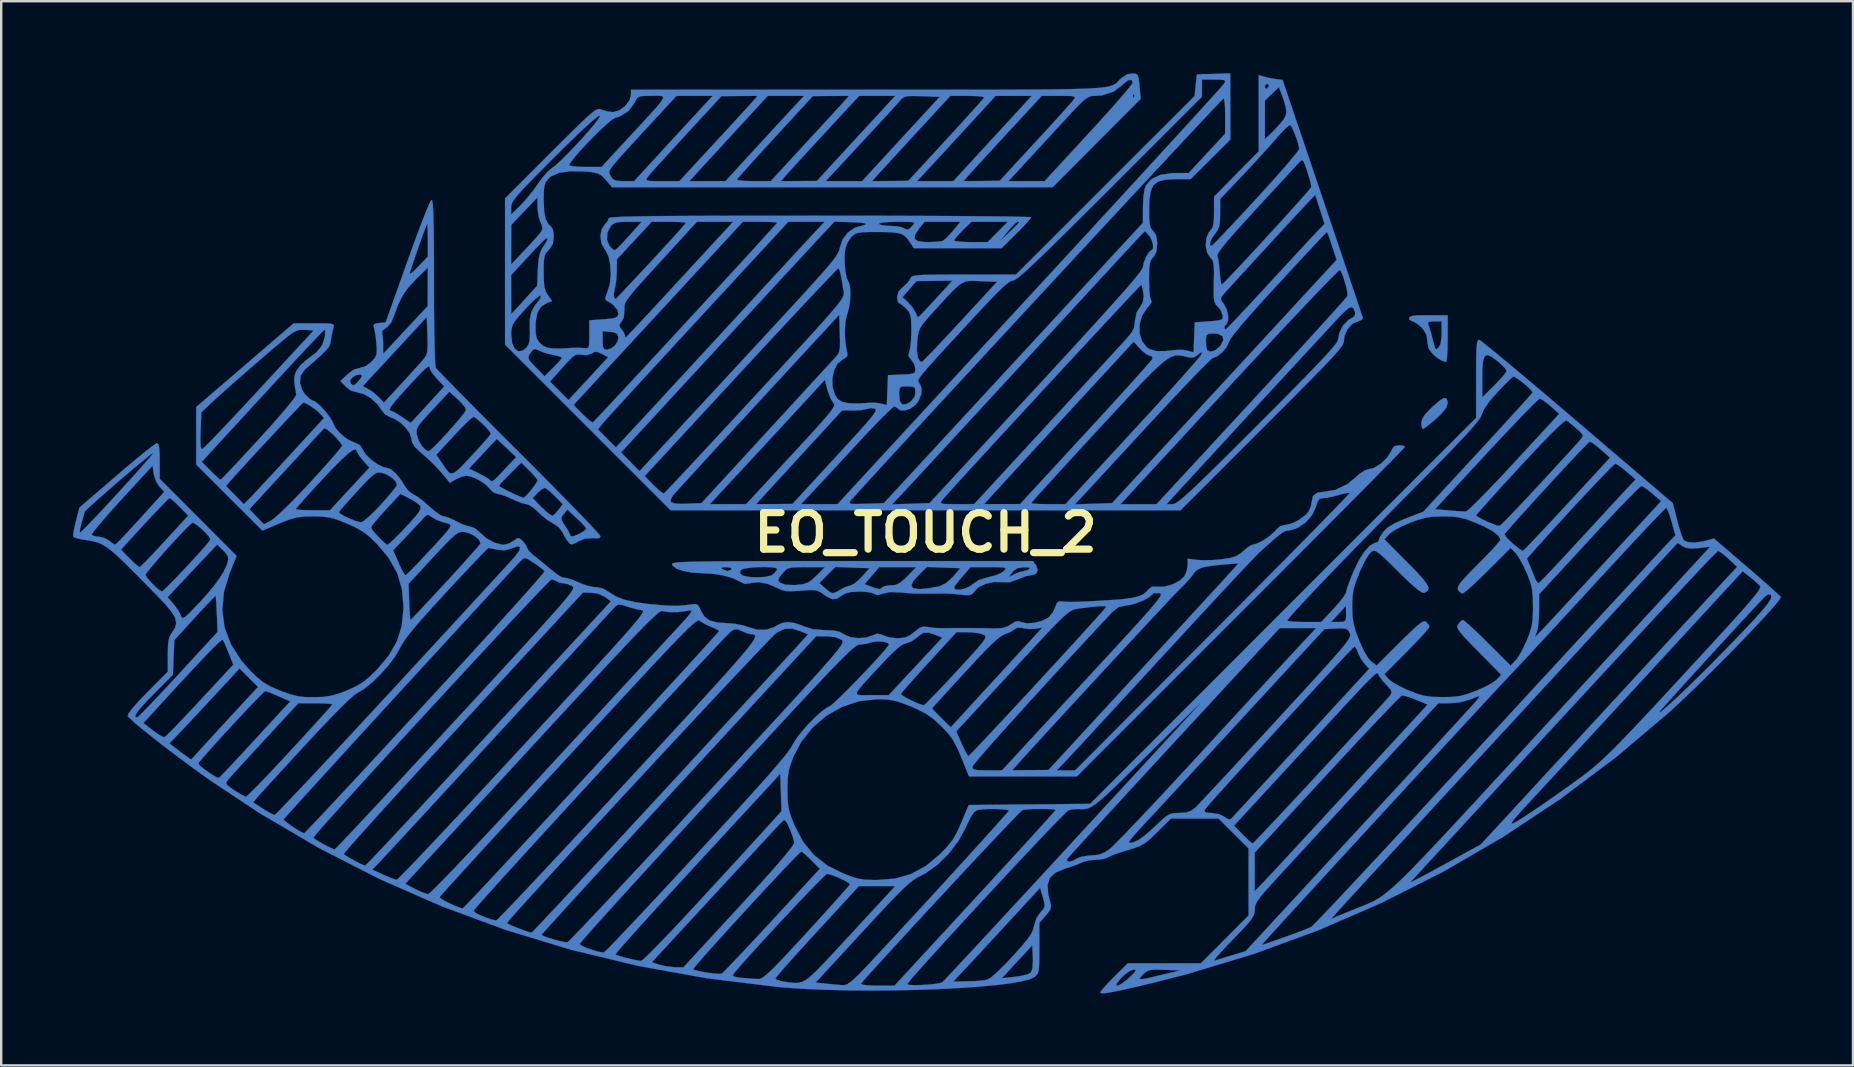
<source format=kicad_pcb>
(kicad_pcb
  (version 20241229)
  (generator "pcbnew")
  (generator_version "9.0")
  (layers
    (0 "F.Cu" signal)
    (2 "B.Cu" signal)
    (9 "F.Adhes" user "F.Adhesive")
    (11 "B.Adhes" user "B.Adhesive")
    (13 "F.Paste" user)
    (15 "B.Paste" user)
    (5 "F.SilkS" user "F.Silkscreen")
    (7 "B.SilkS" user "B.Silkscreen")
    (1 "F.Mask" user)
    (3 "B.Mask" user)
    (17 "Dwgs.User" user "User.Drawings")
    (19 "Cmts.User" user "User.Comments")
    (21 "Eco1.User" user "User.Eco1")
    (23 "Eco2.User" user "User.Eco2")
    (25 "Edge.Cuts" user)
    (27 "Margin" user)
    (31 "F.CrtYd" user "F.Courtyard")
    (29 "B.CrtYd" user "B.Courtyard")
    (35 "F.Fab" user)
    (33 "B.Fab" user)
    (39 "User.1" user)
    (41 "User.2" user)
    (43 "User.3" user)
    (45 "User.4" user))
  (footprint "EO_TOUCH_2"
    (layer "F.Cu")
    (at 35.524 19.147)
    (property "Reference" "EO_TOUCH_2" (at 0 0 0) (layer "F.SilkS") (effects (font (size 1.524 1.524) (thickness 0.3))))
    (attr through_hole)
    (fp_poly (pts (xy 21.71 -5.591) (xy 21.757 -5.45) (xy 21.759 -5.378) (xy 21.693 -5.195) (xy 21.489 -4.949) (xy 21.277 -4.748) (xy 21.038 -4.543) (xy 20.845 -4.39) (xy 20.735 -4.32) (xy 20.726 -4.318) (xy 20.678 -4.391) (xy 20.659 -4.56) (xy 20.695 -4.731) (xy 20.819 -4.924) (xy 21.054 -5.175) (xy 21.124 -5.242) (xy 21.407 -5.489) (xy 21.598 -5.604) (xy 21.71 -5.591)) (stroke (width 0.01) (type solid)) (fill yes) (layer "B.Cu"))
    (fp_poly (pts (xy 21.759 -8.086) (xy 21.754 -7.703) (xy 21.74 -7.392) (xy 21.72 -7.187) (xy 21.696 -7.119) (xy 21.567 -7.151) (xy 21.505 -7.172) (xy 21.361 -7.258) (xy 21.173 -7.409) (xy 21.145 -7.435) (xy 20.971 -7.657) (xy 20.914 -7.928) (xy 20.913 -7.981) (xy 20.871 -8.265) (xy 20.719 -8.502) (xy 20.665 -8.558) (xy 20.478 -8.715) (xy 20.427 -8.742) (xy 20.937 -8.742) (xy 20.958 -8.657) (xy 21.018 -8.481) (xy 21.09 -8.23) (xy 21.105 -8.17) (xy 21.181 -7.87) (xy 21.23 -7.703) (xy 21.271 -7.642) (xy 21.32 -7.657) (xy 21.379 -7.705) (xy 21.466 -7.87) (xy 21.503 -8.184) (xy 21.505 -8.308) (xy 21.505 -8.805) (xy 21.2 -8.805) (xy 21.002 -8.793) (xy 20.937 -8.742) (xy 20.427 -8.742) (xy 20.317 -8.8) (xy 20.284 -8.805) (xy 20.168 -8.87) (xy 20.151 -8.932) (xy 20.179 -8.993) (xy 20.285 -9.031) (xy 20.495 -9.052) (xy 20.838 -9.059) (xy 20.955 -9.059) (xy 21.759 -9.059) (xy 21.759 -8.086)) (stroke (width 0.01) (type solid)) (fill yes) (layer "B.Cu"))
    (fp_poly (pts (xy 4.607 1.37) (xy 4.677 1.57) (xy 4.598 1.716) (xy 4.388 1.778) (xy 4.368 1.778) (xy 4.178 1.816) (xy 3.93 1.91) (xy 3.855 1.946) (xy 3.499 2.068) (xy 3.22 2.065) (xy 2.852 2.057) (xy 2.493 2.136) (xy 2.2 2.283) (xy 2.06 2.424) (xy 1.96 2.55) (xy 1.843 2.604) (xy 1.649 2.604) (xy 1.488 2.586) (xy 1.147 2.554) (xy 0.803 2.538) (xy 0.699 2.537) (xy 0.181 2.543) (xy -0.208 2.542) (xy -0.51 2.535) (xy -0.766 2.52) (xy -1.018 2.496) (xy -1.042 2.494) (xy -1.477 2.48) (xy -1.788 2.544) (xy -1.997 2.605) (xy -2.124 2.565) (xy -2.138 2.552) (xy -2.27 2.501) (xy -2.513 2.466) (xy -2.757 2.455) (xy -3.109 2.474) (xy -3.35 2.537) (xy -3.494 2.625) (xy -3.702 2.757) (xy -3.885 2.776) (xy -4.099 2.676) (xy -4.237 2.58) (xy -4.395 2.473) (xy -4.541 2.414) (xy -4.727 2.394) (xy -5.003 2.405) (xy -5.206 2.42) (xy -5.567 2.443) (xy -5.813 2.436) (xy -5.998 2.394) (xy -6.173 2.309) (xy -6.181 2.305) (xy -6.564 2.14) (xy -6.947 2.067) (xy -7.271 2.098) (xy -7.303 2.109) (xy -7.531 2.139) (xy -7.701 2.059) (xy -7.852 1.984) (xy -6.144 1.984) (xy -6.086 2.062) (xy -6.041 2.097) (xy -5.827 2.174) (xy -5.47 2.186) (xy -5.393 2.181) (xy -5.095 2.149) (xy -4.96 2.103) (xy -4.428 2.103) (xy -4.183 2.319) (xy -3.996 2.473) (xy -3.863 2.523) (xy -3.712 2.473) (xy -3.537 2.371) (xy -3.32 2.259) (xy -3.143 2.203) (xy -3.121 2.202) (xy -3.008 2.15) (xy -2.542 2.15) (xy -2.266 2.25) (xy -2.034 2.331) (xy -1.912 2.355) (xy -1.85 2.328) (xy -1.82 2.286) (xy -1.709 2.231) (xy -1.585 2.214) (xy -0.591 2.214) (xy -0.51 2.32) (xy -0.277 2.356) (xy 0.108 2.324) (xy 0.253 2.298) (xy 1.185 2.298) (xy 1.253 2.371) (xy 1.419 2.38) (xy 1.631 2.336) (xy 1.834 2.247) (xy 1.946 2.161) (xy 2.228 1.974) (xy 2.634 1.854) (xy 2.638 1.853) (xy 3.471 1.853) (xy 3.704 1.731) (xy 3.911 1.643) (xy 4.064 1.608) (xy 4.245 1.562) (xy 4.318 1.524) (xy 4.357 1.471) (xy 4.252 1.447) (xy 4.106 1.443) (xy 3.841 1.476) (xy 3.668 1.589) (xy 3.619 1.649) (xy 3.471 1.853) (xy 2.638 1.853) (xy 2.928 1.775) (xy 3.167 1.672) (xy 3.269 1.598) (xy 3.329 1.523) (xy 3.326 1.477) (xy 3.234 1.452) (xy 3.028 1.441) (xy 2.68 1.439) (xy 2.645 1.439) (xy 1.877 1.439) (xy 1.531 1.832) (xy 1.349 2.05) (xy 1.224 2.221) (xy 1.185 2.298) (xy 0.253 2.298) (xy 0.573 2.24) (xy 0.85 2.11) (xy 1.137 1.847) (xy 1.15 1.832) (xy 1.45 1.482) (xy 0.753 1.457) (xy 0.056 1.432) (xy -0.308 1.79) (xy -0.524 2.037) (xy -0.591 2.214) (xy -1.585 2.214) (xy -1.5 2.202) (xy -1.452 2.201) (xy -1.247 2.179) (xy -1.067 2.093) (xy -0.856 1.914) (xy -0.762 1.82) (xy -0.388 1.439) (xy -1.934 1.439) (xy -2.238 1.795) (xy -2.542 2.15) (xy -3.008 2.15) (xy -2.992 2.142) (xy -2.803 1.989) (xy -2.658 1.841) (xy -2.332 1.482) (xy -3.758 1.432) (xy -4.093 1.767) (xy -4.428 2.103) (xy -4.96 2.103) (xy -4.888 2.078) (xy -4.694 1.935) (xy -4.548 1.793) (xy -4.193 1.439) (xy -4.968 1.439) (xy -5.334 1.442) (xy -5.574 1.456) (xy -5.727 1.493) (xy -5.838 1.565) (xy -5.947 1.683) (xy -5.97 1.71) (xy -6.108 1.884) (xy -6.144 1.984) (xy -7.852 1.984) (xy -8.009 1.907) (xy -8.428 1.786) (xy -8.902 1.709) (xy -9.298 1.689) (xy -7.74 1.689) (xy -7.628 1.789) (xy -7.363 1.847) (xy -7.038 1.863) (xy -6.668 1.844) (xy -6.431 1.784) (xy -6.336 1.723) (xy -6.216 1.589) (xy -6.181 1.511) (xy -6.257 1.468) (xy -6.456 1.443) (xy -6.732 1.435) (xy -7.039 1.443) (xy -7.331 1.465) (xy -7.563 1.5) (xy -7.688 1.547) (xy -7.692 1.551) (xy -7.74 1.689) (xy -9.298 1.689) (xy -9.313 1.689) (xy -9.726 1.667) (xy -10.093 1.6) (xy -10.377 1.5) (xy -10.388 1.492) (xy -8.508 1.492) (xy -8.467 1.524) (xy -8.257 1.603) (xy -8.105 1.55) (xy -8.086 1.524) (xy -8.12 1.466) (xy -8.289 1.441) (xy -8.314 1.441) (xy -8.487 1.453) (xy -8.508 1.492) (xy -10.388 1.492) (xy -10.543 1.376) (xy -10.568 1.32) (xy -10.562 1.297) (xy -10.526 1.276) (xy -10.451 1.259) (xy -10.326 1.243) (xy -10.142 1.23) (xy -9.887 1.219) (xy -9.552 1.21) (xy -9.127 1.203) (xy -8.601 1.197) (xy -7.965 1.193) (xy -7.209 1.189) (xy -6.321 1.187) (xy -5.292 1.186) (xy -4.113 1.185) (xy -3.059 1.185) (xy 4.478 1.185) (xy 4.607 1.37)) (stroke (width 0.01) (type solid)) (fill yes) (layer "B.Cu"))
    (fp_poly (pts (xy -20.567 -13.839) (xy -20.544 -13.733) (xy -20.527 -13.535) (xy -20.513 -13.232) (xy -20.502 -12.813) (xy -20.495 -12.264) (xy -20.491 -11.575) (xy -20.489 -10.732) (xy -20.489 -10.458) (xy -20.488 -9.706) (xy -20.482 -9.004) (xy -20.474 -8.371) (xy -20.463 -7.825) (xy -20.45 -7.384) (xy -20.435 -7.069) (xy -20.419 -6.897) (xy -20.413 -6.873) (xy -20.34 -6.788) (xy -20.158 -6.596) (xy -19.878 -6.306) (xy -19.511 -5.93) (xy -19.067 -5.481) (xy -18.559 -4.968) (xy -17.997 -4.403) (xy -17.391 -3.797) (xy -16.941 -3.348) (xy -16.315 -2.722) (xy -15.725 -2.128) (xy -15.184 -1.58) (xy -14.702 -1.087) (xy -14.289 -0.66) (xy -13.957 -0.312) (xy -13.716 -0.052) (xy -13.578 0.108) (xy -13.547 0.155) (xy -13.593 0.233) (xy -13.753 0.241) (xy -13.835 0.229) (xy -14.193 0.249) (xy -14.428 0.345) (xy -14.638 0.457) (xy -14.753 0.494) (xy -14.827 0.46) (xy -14.914 0.36) (xy -15.04 0.17) (xy -15.139 -0.026) (xy -15.294 -0.231) (xy -15.515 -0.379) (xy -15.733 -0.508) (xy -15.775 -0.541) (xy -15.175 -0.541) (xy -15.096 -0.39) (xy -15.023 -0.281) (xy -14.896 -0.078) (xy -14.823 0.068) (xy -14.817 0.096) (xy -14.774 0.162) (xy -14.632 0.137) (xy -14.406 0.036) (xy -14.229 -0.07) (xy -14.141 -0.156) (xy -14.139 -0.165) (xy -14.197 -0.253) (xy -14.348 -0.416) (xy -14.534 -0.596) (xy -14.928 -0.959) (xy -15.079 -0.773) (xy -15.167 -0.647) (xy -15.175 -0.541) (xy -15.775 -0.541) (xy -15.988 -0.71) (xy -16.125 -0.84) (xy -16.339 -1.031) (xy -16.536 -1.157) (xy -16.633 -1.186) (xy -16.804 -1.223) (xy -17.055 -1.319) (xy -17.223 -1.397) (xy -17.311 -1.436) (xy -16.373 -1.436) (xy -16 -1.056) (xy -15.793 -0.862) (xy -15.627 -0.735) (xy -15.544 -0.703) (xy -15.441 -0.785) (xy -15.301 -0.945) (xy -15.292 -0.958) (xy -15.122 -1.186) (xy -15.452 -1.524) (xy -15.65 -1.711) (xy -15.811 -1.834) (xy -15.877 -1.863) (xy -15.995 -1.806) (xy -16.156 -1.667) (xy -16.173 -1.65) (xy -16.373 -1.436) (xy -17.311 -1.436) (xy -17.492 -1.517) (xy -17.728 -1.594) (xy -17.827 -1.609) (xy -18.014 -1.678) (xy -18.153 -1.819) (xy -18.279 -1.948) (xy -17.78 -1.948) (xy -17.711 -1.897) (xy -17.535 -1.801) (xy -17.303 -1.684) (xy -17.062 -1.57) (xy -16.862 -1.483) (xy -16.757 -1.448) (xy -16.68 -1.503) (xy -16.539 -1.654) (xy -16.44 -1.773) (xy -16.285 -1.978) (xy -16.188 -2.133) (xy -16.171 -2.179) (xy -16.227 -2.274) (xy -16.372 -2.441) (xy -16.511 -2.583) (xy -16.85 -2.914) (xy -17.315 -2.455) (xy -17.535 -2.231) (xy -17.699 -2.054) (xy -17.777 -1.956) (xy -17.78 -1.948) (xy -18.279 -1.948) (xy -18.342 -2.012) (xy -18.621 -2.194) (xy -18.918 -2.327) (xy -19.139 -2.371) (xy -19.338 -2.328) (xy -19.566 -2.226) (xy -19.572 -2.223) (xy -19.825 -2.074) (xy -20.068 -2.371) (xy -20.36 -2.707) (xy -20.665 -3.011) (xy -20.934 -3.247) (xy -20.389 -3.247) (xy -20.094 -2.808) (xy -19.968 -2.622) (xy -19.865 -2.502) (xy -19.762 -2.457) (xy -19.638 -2.496) (xy -19.47 -2.628) (xy -19.431 -2.667) (xy -19.029 -2.667) (xy -18.649 -2.484) (xy -18.408 -2.358) (xy -18.225 -2.247) (xy -18.176 -2.208) (xy -18.117 -2.154) (xy -18.06 -2.144) (xy -17.976 -2.194) (xy -17.839 -2.324) (xy -17.622 -2.552) (xy -17.528 -2.653) (xy -17.064 -3.148) (xy -17.868 -3.907) (xy -18.449 -3.287) (xy -19.029 -2.667) (xy -19.431 -2.667) (xy -19.236 -2.863) (xy -18.913 -3.208) (xy -18.805 -3.325) (xy -18.538 -3.617) (xy -18.319 -3.865) (xy -18.172 -4.043) (xy -18.119 -4.124) (xy -18.177 -4.225) (xy -18.321 -4.39) (xy -18.505 -4.573) (xy -18.685 -4.731) (xy -18.815 -4.82) (xy -18.839 -4.826) (xy -18.928 -4.767) (xy -19.106 -4.606) (xy -19.348 -4.366) (xy -19.627 -4.072) (xy -19.66 -4.037) (xy -20.389 -3.247) (xy -20.934 -3.247) (xy -21.046 -3.345) (xy -21.061 -3.358) (xy -21.295 -3.584) (xy -21.404 -3.777) (xy -21.421 -3.9) (xy -21.49 -4.125) (xy -21.519 -4.166) (xy -21.213 -4.166) (xy -21.199 -4.068) (xy -21.116 -3.818) (xy -20.977 -3.589) (xy -20.82 -3.433) (xy -20.707 -3.393) (xy -20.619 -3.455) (xy -20.443 -3.62) (xy -20.205 -3.864) (xy -19.928 -4.161) (xy -19.897 -4.195) (xy -19.621 -4.507) (xy -19.39 -4.78) (xy -19.227 -4.988) (xy -19.154 -5.102) (xy -19.152 -5.107) (xy -19.197 -5.223) (xy -19.339 -5.401) (xy -19.487 -5.548) (xy -19.847 -5.873) (xy -20.55 -5.121) (xy -20.845 -4.801) (xy -21.042 -4.575) (xy -21.157 -4.413) (xy -21.208 -4.286) (xy -21.213 -4.166) (xy -21.519 -4.166) (xy -21.668 -4.374) (xy -21.909 -4.602) (xy -22.168 -4.761) (xy -22.29 -4.801) (xy -22.53 -4.927) (xy -22.65 -5.084) (xy -22.684 -5.13) (xy -22.343 -5.13) (xy -22.317 -5.085) (xy -22.28 -5.08) (xy -22.174 -5.036) (xy -21.981 -4.923) (xy -21.836 -4.828) (xy -21.627 -4.687) (xy -21.489 -4.594) (xy -21.457 -4.574) (xy -21.401 -4.631) (xy -21.253 -4.79) (xy -21.036 -5.026) (xy -20.77 -5.315) (xy -20.756 -5.331) (xy -20.06 -6.089) (xy -20.359 -6.407) (xy -20.531 -6.61) (xy -20.639 -6.779) (xy -20.659 -6.84) (xy -20.672 -6.912) (xy -20.723 -6.919) (xy -20.826 -6.849) (xy -20.995 -6.688) (xy -21.247 -6.426) (xy -21.584 -6.062) (xy -21.924 -5.686) (xy -22.157 -5.415) (xy -22.293 -5.235) (xy -22.343 -5.13) (xy -22.684 -5.13) (xy -22.846 -5.355) (xy -23.115 -5.599) (xy -23.406 -5.774) (xy -23.665 -5.842) (xy -23.668 -5.842) (xy -23.962 -5.923) (xy -24.156 -6.079) (xy -24.178 -6.102) (xy -23.455 -6.102) (xy -23.221 -5.98) (xy -22.994 -5.828) (xy -22.781 -5.637) (xy -22.574 -5.416) (xy -21.927 -6.116) (xy -21.633 -6.436) (xy -21.351 -6.745) (xy -21.12 -7.001) (xy -21.008 -7.127) (xy -20.881 -7.28) (xy -20.802 -7.412) (xy -20.763 -7.57) (xy -20.752 -7.798) (xy -20.759 -8.142) (xy -20.761 -8.212) (xy -20.786 -8.986) (xy -22.12 -7.544) (xy -23.455 -6.102) (xy -24.178 -6.102) (xy -24.384 -6.317) (xy -24.361 -6.339) (xy -23.989 -6.339) (xy -23.961 -6.225) (xy -23.943 -6.201) (xy -23.859 -6.139) (xy -23.761 -6.184) (xy -23.632 -6.32) (xy -23.506 -6.479) (xy -23.489 -6.556) (xy -23.572 -6.59) (xy -23.572 -6.59) (xy -23.743 -6.559) (xy -23.882 -6.472) (xy -23.989 -6.339) (xy -24.361 -6.339) (xy -24.105 -6.587) (xy -23.827 -6.793) (xy -23.59 -6.858) (xy -23.333 -6.934) (xy -23.1 -7.113) (xy -22.955 -7.273) (xy -22.885 -7.421) (xy -22.869 -7.622) (xy -22.883 -7.854) (xy -22.915 -8.157) (xy -22.941 -8.318) (xy -22.652 -8.318) (xy -22.623 -8.163) (xy -22.607 -7.918) (xy -22.606 -7.826) (xy -22.606 -7.452) (xy -21.677 -8.446) (xy -20.749 -9.44) (xy -20.746 -10.242) (xy -20.743 -11.043) (xy -21.216 -10.58) (xy -21.552 -10.222) (xy -21.797 -9.879) (xy -21.989 -9.487) (xy -22.137 -9.075) (xy -22.279 -8.742) (xy -22.443 -8.557) (xy -22.491 -8.53) (xy -22.636 -8.418) (xy -22.652 -8.318) (xy -22.941 -8.318) (xy -22.956 -8.414) (xy -22.983 -8.524) (xy -23.005 -8.653) (xy -22.923 -8.713) (xy -22.773 -8.736) (xy -22.5 -8.763) (xy -21.78 -10.786) (xy -21.503 -10.786) (xy -21.45 -10.802) (xy -21.313 -10.919) (xy -21.122 -11.108) (xy -20.743 -11.505) (xy -20.743 -12.201) (xy -20.747 -12.515) (xy -20.755 -12.746) (xy -20.768 -12.858) (xy -20.773 -12.862) (xy -20.816 -12.767) (xy -20.9 -12.549) (xy -21.01 -12.246) (xy -21.135 -11.898) (xy -21.259 -11.542) (xy -21.37 -11.216) (xy -21.455 -10.958) (xy -21.5 -10.807) (xy -21.503 -10.786) (xy -21.78 -10.786) (xy -21.599 -11.296) (xy -21.375 -11.917) (xy -21.166 -12.484) (xy -20.977 -12.979) (xy -20.818 -13.383) (xy -20.694 -13.676) (xy -20.615 -13.838) (xy -20.594 -13.865) (xy -20.567 -13.839)) (stroke (width 0.01) (type solid)) (fill yes) (layer "B.Cu"))
    (fp_poly (pts (xy 12.7 -16.38) (xy 11.873 -15.556) (xy 11.046 -14.732) (xy 10.47 -14.732) (xy 10.02 -14.712) (xy 9.702 -14.636) (xy 9.495 -14.48) (xy 9.377 -14.22) (xy 9.325 -13.834) (xy 9.316 -13.496) (xy 9.32 -13.118) (xy 9.338 -12.87) (xy 9.379 -12.712) (xy 9.448 -12.607) (xy 9.483 -12.573) (xy 9.603 -12.397) (xy 9.65 -12.126) (xy 9.652 -12.023) (xy 9.623 -11.715) (xy 9.526 -11.517) (xy 9.483 -11.472) (xy 9.401 -11.377) (xy 9.351 -11.244) (xy 9.324 -11.035) (xy 9.314 -10.711) (xy 9.313 -10.533) (xy 9.323 -10.141) (xy 9.35 -9.855) (xy 9.392 -9.704) (xy 9.405 -9.69) (xy 9.414 -9.597) (xy 9.294 -9.425) (xy 9.24 -9.367) (xy 9.026 -9.051) (xy 8.92 -8.686) (xy 8.918 -8.315) (xy 9.02 -7.98) (xy 9.222 -7.724) (xy 9.331 -7.653) (xy 9.615 -7.565) (xy 9.983 -7.565) (xy 10.022 -7.569) (xy 10.356 -7.605) (xy 10.573 -7.62) (xy 10.725 -7.616) (xy 10.863 -7.592) (xy 10.939 -7.574) (xy 11.168 -7.517) (xy 11.187 -7.973) (xy 11.684 -7.973) (xy 11.698 -7.748) (xy 11.734 -7.603) (xy 11.744 -7.588) (xy 11.895 -7.543) (xy 12.092 -7.612) (xy 12.278 -7.774) (xy 12.293 -7.794) (xy 12.41 -8.026) (xy 12.373 -8.192) (xy 12.186 -8.283) (xy 12.014 -8.297) (xy 11.801 -8.288) (xy 11.707 -8.228) (xy 11.685 -8.069) (xy 11.684 -7.973) (xy 11.187 -7.973) (xy 11.193 -8.14) (xy 11.218 -8.763) (xy 11.811 -8.805) (xy 12.12 -8.831) (xy 12.295 -8.862) (xy 12.372 -8.915) (xy 12.386 -9.006) (xy 12.382 -9.059) (xy 12.301 -9.273) (xy 12.176 -9.424) (xy 12.093 -9.507) (xy 12.04 -9.611) (xy 12.027 -9.693) (xy 12.315 -9.693) (xy 12.417 -9.543) (xy 12.437 -9.518) (xy 12.549 -9.304) (xy 12.608 -9.053) (xy 12.607 -8.825) (xy 12.538 -8.683) (xy 12.531 -8.678) (xy 12.458 -8.587) (xy 12.455 -8.497) (xy 12.518 -8.481) (xy 12.592 -8.548) (xy 12.765 -8.724) (xy 13.022 -8.994) (xy 13.349 -9.342) (xy 13.73 -9.75) (xy 14.151 -10.205) (xy 14.265 -10.329) (xy 14.711 -10.814) (xy 15.137 -11.275) (xy 15.524 -11.694) (xy 15.854 -12.049) (xy 16.109 -12.323) (xy 16.27 -12.494) (xy 16.284 -12.509) (xy 16.628 -12.868) (xy 16.434 -13.473) (xy 16.239 -14.077) (xy 15.965 -13.791) (xy 15.819 -13.636) (xy 15.584 -13.384) (xy 15.28 -13.055) (xy 14.923 -12.669) (xy 14.533 -12.246) (xy 14.129 -11.806) (xy 13.727 -11.369) (xy 13.348 -10.955) (xy 13.009 -10.585) (xy 12.729 -10.278) (xy 12.526 -10.054) (xy 12.418 -9.933) (xy 12.415 -9.93) (xy 12.316 -9.796) (xy 12.315 -9.693) (xy 12.027 -9.693) (xy 12.014 -9.773) (xy 12.006 -10.029) (xy 12.013 -10.416) (xy 12.013 -10.443) (xy 12.02 -10.84) (xy 12.013 -11.106) (xy 11.986 -11.275) (xy 11.935 -11.385) (xy 11.859 -11.467) (xy 11.801 -11.563) (xy 12.159 -11.563) (xy 12.161 -11.525) (xy 12.2 -11.371) (xy 12.237 -11.109) (xy 12.258 -10.858) (xy 12.283 -10.586) (xy 12.317 -10.397) (xy 12.347 -10.336) (xy 12.416 -10.398) (xy 12.585 -10.57) (xy 12.84 -10.837) (xy 13.167 -11.184) (xy 13.551 -11.597) (xy 13.98 -12.06) (xy 14.224 -12.326) (xy 14.67 -12.813) (xy 15.078 -13.262) (xy 15.434 -13.657) (xy 15.725 -13.983) (xy 15.936 -14.224) (xy 16.053 -14.365) (xy 16.072 -14.393) (xy 16.061 -14.511) (xy 16.006 -14.739) (xy 15.917 -15.029) (xy 15.914 -15.037) (xy 15.815 -15.327) (xy 15.746 -15.48) (xy 15.687 -15.522) (xy 15.617 -15.477) (xy 15.58 -15.439) (xy 15.485 -15.338) (xy 15.293 -15.13) (xy 15.017 -14.831) (xy 14.675 -14.46) (xy 14.281 -14.034) (xy 13.853 -13.569) (xy 13.764 -13.473) (xy 13.251 -12.912) (xy 12.848 -12.463) (xy 12.546 -12.113) (xy 12.336 -11.854) (xy 12.21 -11.674) (xy 12.159 -11.563) (xy 11.801 -11.563) (xy 11.728 -11.684) (xy 11.677 -11.974) (xy 11.855 -11.974) (xy 11.925 -11.951) (xy 11.927 -11.952) (xy 12 -12.019) (xy 12.174 -12.196) (xy 12.433 -12.467) (xy 12.763 -12.817) (xy 13.15 -13.23) (xy 13.578 -13.693) (xy 13.79 -13.921) (xy 14.231 -14.405) (xy 14.632 -14.853) (xy 14.98 -15.249) (xy 15.26 -15.578) (xy 15.458 -15.822) (xy 15.561 -15.967) (xy 15.572 -15.996) (xy 15.538 -16.176) (xy 15.463 -16.42) (xy 15.368 -16.672) (xy 15.273 -16.878) (xy 15.2 -16.983) (xy 15.192 -16.986) (xy 15.106 -16.936) (xy 14.941 -16.782) (xy 14.725 -16.552) (xy 14.605 -16.415) (xy 14.357 -16.132) (xy 14.029 -15.769) (xy 13.659 -15.367) (xy 13.286 -14.968) (xy 13.187 -14.863) (xy 12.277 -13.905) (xy 12.277 -13.309) (xy 12.268 -12.973) (xy 12.232 -12.749) (xy 12.156 -12.582) (xy 12.065 -12.461) (xy 11.937 -12.273) (xy 11.863 -12.096) (xy 11.855 -11.974) (xy 11.677 -11.974) (xy 11.676 -11.98) (xy 11.704 -12.284) (xy 11.812 -12.528) (xy 11.853 -12.573) (xy 11.943 -12.683) (xy 11.995 -12.84) (xy 12.018 -13.089) (xy 12.023 -13.365) (xy 12.023 -14.003) (xy 12.954 -14.947) (xy 13.885 -15.891) (xy 13.885 -18.001) (xy 14.139 -18.001) (xy 14.139 -16.392) (xy 14.443 -16.684) (xy 14.666 -16.914) (xy 14.865 -17.145) (xy 14.92 -17.216) (xy 15.007 -17.37) (xy 15.038 -17.538) (xy 15.007 -17.759) (xy 14.912 -18.069) (xy 14.805 -18.36) (xy 14.726 -18.569) (xy 14.433 -18.285) (xy 14.139 -18.001) (xy 13.885 -18.001) (xy 13.885 -18.579) (xy 14.139 -18.579) (xy 14.18 -18.492) (xy 14.224 -18.5) (xy 14.305 -18.608) (xy 14.309 -18.632) (xy 14.244 -18.709) (xy 14.224 -18.711) (xy 14.15 -18.642) (xy 14.139 -18.579) (xy 13.885 -18.579) (xy 13.885 -19.07) (xy 14.076 -19.008) (xy 14.293 -18.954) (xy 14.559 -18.907) (xy 14.573 -18.906) (xy 14.88 -18.865) (xy 16.543 -13.941) (xy 16.839 -13.066) (xy 17.118 -12.238) (xy 17.376 -11.471) (xy 17.609 -10.779) (xy 17.812 -10.176) (xy 17.98 -9.676) (xy 18.108 -9.294) (xy 18.191 -9.042) (xy 18.226 -8.936) (xy 18.226 -8.934) (xy 18.171 -8.859) (xy 18.062 -8.823) (xy 17.795 -8.706) (xy 17.578 -8.473) (xy 17.455 -8.181) (xy 17.441 -8.053) (xy 17.436 -7.982) (xy 17.415 -7.906) (xy 17.369 -7.814) (xy 17.288 -7.695) (xy 17.164 -7.541) (xy 16.987 -7.34) (xy 16.748 -7.083) (xy 16.439 -6.761) (xy 16.049 -6.363) (xy 15.569 -5.878) (xy 14.992 -5.298) (xy 14.306 -4.612) (xy 14.033 -4.339) (xy 10.625 -0.931) (xy -10.626 -0.931) (xy -10.873 -1.178) (xy -1.397 -1.178) (xy -1.396 -1.178) (xy 6.225 -1.178) (xy 6.441 -1.185) (xy 8.124 -1.185) (xy 9.626 -1.185) (xy 10.046 -1.185) (xy 10.293 -1.185) (xy 10.36 -1.199) (xy 10.452 -1.244) (xy 10.577 -1.331) (xy 10.745 -1.469) (xy 10.967 -1.665) (xy 11.25 -1.929) (xy 11.606 -2.271) (xy 12.043 -2.698) (xy 12.572 -3.22) (xy 13.2 -3.846) (xy 13.864 -4.508) (xy 14.63 -5.276) (xy 15.281 -5.933) (xy 15.824 -6.486) (xy 16.266 -6.943) (xy 16.613 -7.31) (xy 16.872 -7.595) (xy 17.049 -7.805) (xy 17.152 -7.947) (xy 17.187 -8.027) (xy 17.187 -8.03) (xy 17.249 -8.341) (xy 17.407 -8.64) (xy 17.621 -8.861) (xy 17.703 -8.907) (xy 17.873 -9.013) (xy 17.907 -9.142) (xy 17.897 -9.186) (xy 17.833 -9.344) (xy 17.75 -9.401) (xy 17.624 -9.351) (xy 17.433 -9.184) (xy 17.213 -8.959) (xy 17.078 -8.815) (xy 16.843 -8.562) (xy 16.521 -8.214) (xy 16.124 -7.786) (xy 15.666 -7.291) (xy 15.161 -6.744) (xy 14.621 -6.16) (xy 14.06 -5.552) (xy 13.491 -4.935) (xy 12.927 -4.324) (xy 12.382 -3.732) (xy 11.869 -3.175) (xy 11.4 -2.666) (xy 10.99 -2.22) (xy 10.651 -1.852) (xy 10.397 -1.574) (xy 10.241 -1.403) (xy 10.216 -1.376) (xy 10.046 -1.185) (xy 9.626 -1.185) (xy 13.579 -5.461) (xy 14.244 -6.181) (xy 14.875 -6.867) (xy 15.462 -7.508) (xy 15.998 -8.093) (xy 16.471 -8.612) (xy 16.872 -9.056) (xy 17.193 -9.413) (xy 17.423 -9.672) (xy 17.553 -9.825) (xy 17.579 -9.861) (xy 17.578 -10.001) (xy 17.531 -10.238) (xy 17.456 -10.512) (xy 17.369 -10.763) (xy 17.287 -10.931) (xy 17.272 -10.949) (xy 17.206 -10.9) (xy 17.035 -10.735) (xy 16.766 -10.463) (xy 16.409 -10.095) (xy 15.973 -9.638) (xy 15.466 -9.103) (xy 14.897 -8.499) (xy 14.275 -7.834) (xy 13.608 -7.119) (xy 12.906 -6.362) (xy 12.666 -6.102) (xy 8.124 -1.185) (xy 6.441 -1.185) (xy 6.998 -1.203) (xy 7.77 -1.228) (xy 12.45 -6.297) (xy 17.129 -11.366) (xy 16.942 -11.948) (xy 16.847 -12.232) (xy 16.771 -12.439) (xy 16.728 -12.53) (xy 16.726 -12.531) (xy 16.665 -12.471) (xy 16.501 -12.3) (xy 16.25 -12.034) (xy 15.923 -11.685) (xy 15.535 -11.268) (xy 15.098 -10.797) (xy 14.695 -10.36) (xy 14.062 -9.67) (xy 13.548 -9.096) (xy 13.151 -8.638) (xy 12.868 -8.293) (xy 12.699 -8.06) (xy 12.642 -7.946) (xy 12.547 -7.737) (xy 12.371 -7.522) (xy 12.166 -7.353) (xy 11.983 -7.281) (xy 11.978 -7.281) (xy 11.898 -7.221) (xy 11.716 -7.048) (xy 11.444 -6.775) (xy 11.094 -6.415) (xy 10.679 -5.98) (xy 10.21 -5.483) (xy 9.699 -4.936) (xy 9.303 -4.508) (xy 8.762 -3.922) (xy 8.248 -3.365) (xy 7.775 -2.852) (xy 7.355 -2.398) (xy 7.002 -2.015) (xy 6.728 -1.719) (xy 6.548 -1.524) (xy 6.485 -1.457) (xy 6.225 -1.178) (xy -1.396 -1.178) (xy 0.163 -1.228) (xy 0.202 -1.27) (xy 0.641 -1.27) (xy 0.655 -1.222) (xy 0.757 -1.196) (xy 0.976 -1.187) (xy 1.296 -1.185) (xy 2.021 -1.185) (xy 2.44 -1.185) (xy 3.188 -1.187) (xy 3.937 -1.189) (xy 3.975 -1.23) (xy 4.403 -1.23) (xy 4.481 -1.21) (xy 4.689 -1.194) (xy 4.989 -1.186) (xy 5.116 -1.185) (xy 5.829 -1.185) (xy 8.651 -4.241) (xy 9.21 -4.849) (xy 9.734 -5.423) (xy 10.211 -5.949) (xy 10.63 -6.415) (xy 10.98 -6.81) (xy 11.249 -7.119) (xy 11.427 -7.331) (xy 11.502 -7.433) (xy 11.503 -7.437) (xy 11.507 -7.52) (xy 11.439 -7.488) (xy 11.351 -7.413) (xy 11.198 -7.308) (xy 11.028 -7.294) (xy 10.855 -7.332) (xy 10.701 -7.37) (xy 10.561 -7.391) (xy 10.425 -7.385) (xy 10.28 -7.343) (xy 10.115 -7.256) (xy 9.919 -7.114) (xy 9.682 -6.909) (xy 9.39 -6.629) (xy 9.034 -6.267) (xy 8.602 -5.813) (xy 8.083 -5.257) (xy 7.466 -4.59) (xy 7.157 -4.256) (xy 6.606 -3.659) (xy 6.092 -3.1) (xy 5.626 -2.591) (xy 5.219 -2.145) (xy 4.882 -1.773) (xy 4.626 -1.489) (xy 4.463 -1.304) (xy 4.403 -1.23) (xy 4.403 -1.23) (xy 3.975 -1.23) (xy 6.671 -4.152) (xy 7.222 -4.751) (xy 7.737 -5.314) (xy 8.206 -5.829) (xy 8.618 -6.284) (xy 8.959 -6.665) (xy 9.22 -6.96) (xy 9.388 -7.156) (xy 9.453 -7.241) (xy 9.437 -7.346) (xy 9.355 -7.366) (xy 9.214 -7.425) (xy 9.025 -7.574) (xy 8.939 -7.661) (xy 8.669 -7.955) (xy 5.922 -4.978) (xy 5.357 -4.366) (xy 4.815 -3.778) (xy 4.311 -3.23) (xy 3.856 -2.736) (xy 3.464 -2.311) (xy 3.149 -1.967) (xy 2.924 -1.721) (xy 2.807 -1.593) (xy 2.44 -1.185) (xy 2.021 -1.185) (xy 5.011 -4.426) (xy 5.599 -5.064) (xy 6.163 -5.676) (xy 6.69 -6.248) (xy 7.168 -6.767) (xy 7.584 -7.219) (xy 7.926 -7.59) (xy 8.181 -7.868) (xy 8.337 -8.039) (xy 8.361 -8.065) (xy 8.572 -8.319) (xy 8.682 -8.522) (xy 8.719 -8.731) (xy 8.721 -8.797) (xy 8.795 -9.172) (xy 8.918 -9.37) (xy 9.051 -9.582) (xy 9.088 -9.817) (xy 9.078 -9.97) (xy 9.045 -10.187) (xy 9.003 -10.312) (xy 8.987 -10.323) (xy 8.923 -10.261) (xy 8.755 -10.087) (xy 8.495 -9.813) (xy 8.153 -9.449) (xy 7.742 -9.009) (xy 7.271 -8.504) (xy 6.753 -7.947) (xy 6.198 -7.349) (xy 5.617 -6.722) (xy 5.022 -6.079) (xy 4.423 -5.431) (xy 3.832 -4.791) (xy 3.26 -4.17) (xy 2.717 -3.581) (xy 2.216 -3.035) (xy 1.766 -2.545) (xy 1.38 -2.122) (xy 1.069 -1.779) (xy 0.842 -1.527) (xy 0.712 -1.379) (xy 0.688 -1.349) (xy 0.641 -1.27) (xy 0.202 -1.27) (xy 4.611 -6.044) (xy 5.483 -6.989) (xy 6.245 -7.818) (xy 6.902 -8.537) (xy 7.46 -9.151) (xy 7.924 -9.668) (xy 8.3 -10.093) (xy 8.594 -10.433) (xy 8.811 -10.695) (xy 8.957 -10.885) (xy 9.038 -11.009) (xy 9.059 -11.068) (xy 9.096 -11.26) (xy 9.185 -11.48) (xy 9.296 -11.668) (xy 9.399 -11.765) (xy 9.416 -11.769) (xy 9.479 -11.835) (xy 9.479 -11.996) (xy 9.425 -12.191) (xy 9.328 -12.364) (xy 9.312 -12.383) (xy 9.141 -12.566) (xy 8.899 -12.316) (xy 8.805 -12.215) (xy 8.605 -12) (xy 8.309 -11.681) (xy 7.925 -11.266) (xy 7.464 -10.766) (xy 6.932 -10.19) (xy 6.341 -9.549) (xy 5.699 -8.853) (xy 5.015 -8.111) (xy 4.298 -7.332) (xy 3.978 -6.985) (xy 3.246 -6.191) (xy 2.541 -5.426) (xy 1.872 -4.701) (xy 1.248 -4.025) (xy 0.679 -3.408) (xy 0.174 -2.862) (xy -0.257 -2.395) (xy -0.606 -2.018) (xy -0.862 -1.742) (xy -1.017 -1.576) (xy -1.049 -1.542) (xy -1.397 -1.178) (xy -10.873 -1.178) (xy -10.88 -1.185) (xy -8.992 -1.185) (xy -7.478 -1.185) (xy -7.057 -1.185) (xy -6.301 -1.19) (xy -5.546 -1.196) (xy -4.064 -2.805) (xy -3.52 -3.397) (xy -3.08 -3.877) (xy -2.735 -4.257) (xy -2.475 -4.55) (xy -2.289 -4.768) (xy -2.167 -4.923) (xy -2.099 -5.028) (xy -2.075 -5.095) (xy -2.084 -5.137) (xy -2.117 -5.165) (xy -2.117 -5.165) (xy -2.275 -5.19) (xy -2.442 -5.154) (xy -2.656 -5.108) (xy -2.945 -5.09) (xy -3.062 -5.092) (xy -3.305 -5.096) (xy -3.466 -5.085) (xy -3.499 -5.074) (xy -3.561 -5.005) (xy -3.724 -4.827) (xy -3.971 -4.557) (xy -4.288 -4.211) (xy -4.66 -3.806) (xy -5.073 -3.357) (xy -5.123 -3.302) (xy -5.548 -2.839) (xy -5.943 -2.409) (xy -6.291 -2.03) (xy -6.575 -1.72) (xy -6.778 -1.497) (xy -6.885 -1.379) (xy -6.888 -1.376) (xy -7.057 -1.185) (xy -5.19 -1.185) (xy -3.672 -1.185) (xy -3.607 -1.256) (xy -3.17 -1.256) (xy -3.15 -1.215) (xy -3.039 -1.196) (xy -2.808 -1.194) (xy -2.491 -1.203) (xy -1.739 -1.228) (xy 9.058 -12.912) (xy 9.059 -13.572) (xy 9.079 -14.005) (xy 9.134 -14.336) (xy 9.183 -14.471) (xy 9.413 -14.735) (xy 9.779 -14.906) (xy 10.272 -14.982) (xy 10.427 -14.986) (xy 10.964 -14.986) (xy 11.726 -15.807) (xy 12.488 -16.627) (xy 12.488 -17.352) (xy 12.481 -17.682) (xy 12.463 -17.938) (xy 12.436 -18.082) (xy 12.424 -18.099) (xy 12.362 -18.04) (xy 12.194 -17.865) (xy 11.927 -17.584) (xy 11.569 -17.204) (xy 11.129 -16.734) (xy 10.615 -16.184) (xy 10.034 -15.562) (xy 9.396 -14.877) (xy 8.707 -14.137) (xy 7.976 -13.351) (xy 7.211 -12.528) (xy 6.421 -11.677) (xy 5.613 -10.806) (xy 4.795 -9.924) (xy 3.976 -9.04) (xy 3.163 -8.163) (xy 2.365 -7.301) (xy 1.59 -6.463) (xy 0.846 -5.657) (xy 0.141 -4.894) (xy -0.517 -4.18) (xy -1.12 -3.526) (xy -1.66 -2.939) (xy -2.128 -2.428) (xy -2.517 -2.003) (xy -2.818 -1.672) (xy -3.023 -1.443) (xy -3.125 -1.326) (xy -3.17 -1.256) (xy -3.607 -1.256) (xy 4.346 -9.873) (xy 5.298 -10.905) (xy 6.219 -11.904) (xy 7.103 -12.863) (xy 7.942 -13.775) (xy 8.73 -14.633) (xy 9.461 -15.43) (xy 10.128 -16.157) (xy 10.725 -16.809) (xy 11.244 -17.378) (xy 11.679 -17.856) (xy 12.024 -18.237) (xy 12.271 -18.512) (xy 12.415 -18.676) (xy 12.451 -18.721) (xy 12.485 -18.809) (xy 12.445 -18.857) (xy 12.299 -18.877) (xy 12.026 -18.881) (xy 11.515 -18.881) (xy 11.515 -18.165) (xy 7.682 -14.332) (xy 6.878 -13.529) (xy 6.184 -12.84) (xy 5.594 -12.257) (xy 5.098 -11.772) (xy 4.689 -11.378) (xy 4.359 -11.067) (xy 4.101 -10.832) (xy 3.905 -10.665) (xy 3.764 -10.56) (xy 3.671 -10.508) (xy 3.632 -10.499) (xy 3.547 -10.476) (xy 3.426 -10.4) (xy 3.258 -10.26) (xy 3.03 -10.044) (xy 2.73 -9.739) (xy 2.347 -9.334) (xy 1.867 -8.818) (xy 1.695 -8.631) (xy 1.151 -8.041) (xy 0.712 -7.563) (xy 0.368 -7.184) (xy 0.107 -6.892) (xy -0.081 -6.674) (xy -0.206 -6.518) (xy -0.277 -6.41) (xy -0.306 -6.34) (xy -0.304 -6.292) (xy -0.279 -6.257) (xy -0.265 -6.242) (xy -0.169 -6.038) (xy -0.181 -5.769) (xy -0.29 -5.492) (xy -0.417 -5.327) (xy -0.641 -5.163) (xy -0.875 -5.083) (xy -1.067 -5.1) (xy -1.143 -5.165) (xy -1.266 -5.244) (xy -1.308 -5.249) (xy -1.395 -5.189) (xy -1.578 -5.021) (xy -1.842 -4.761) (xy -2.168 -4.426) (xy -2.541 -4.034) (xy -2.848 -3.704) (xy -3.272 -3.245) (xy -3.685 -2.799) (xy -4.065 -2.388) (xy -4.389 -2.039) (xy -4.635 -1.776) (xy -4.732 -1.672) (xy -5.19 -1.185) (xy -7.057 -1.185) (xy -7.478 -1.185) (xy -5.593 -3.223) (xy -5.079 -3.78) (xy -4.668 -4.228) (xy -4.352 -4.578) (xy -4.12 -4.844) (xy -3.96 -5.041) (xy -3.862 -5.181) (xy -3.815 -5.278) (xy -3.81 -5.345) (xy -3.834 -5.396) (xy -3.851 -5.418) (xy -3.958 -5.594) (xy -4.061 -5.855) (xy -4.095 -5.971) (xy -4.196 -6.368) (xy -5.59 -4.856) (xy -6.057 -4.351) (xy -6.556 -3.811) (xy -7.054 -3.273) (xy -7.516 -2.775) (xy -7.906 -2.354) (xy -7.988 -2.265) (xy -8.992 -1.185) (xy -10.88 -1.185) (xy -11.077 -1.382) (xy -10.627 -1.382) (xy -10.608 -1.273) (xy -10.454 -1.214) (xy -10.152 -1.198) (xy -9.955 -1.203) (xy -9.341 -1.228) (xy -6.657 -4.149) (xy -6.106 -4.749) (xy -5.583 -5.317) (xy -5.103 -5.84) (xy -4.676 -6.305) (xy -4.316 -6.697) (xy -4.034 -7.003) (xy -3.844 -7.211) (xy -3.761 -7.3) (xy -3.661 -7.422) (xy -3.6 -7.548) (xy -3.571 -7.72) (xy -3.566 -7.983) (xy -3.574 -8.305) (xy -3.598 -9.078) (xy -6.985 -5.411) (xy -7.603 -4.742) (xy -8.189 -4.105) (xy -8.734 -3.513) (xy -9.226 -2.977) (xy -9.656 -2.509) (xy -10.011 -2.12) (xy -10.282 -1.823) (xy -10.458 -1.627) (xy -10.525 -1.55) (xy -10.627 -1.382) (xy -11.077 -1.382) (xy -12.052 -2.357) (xy -11.706 -2.357) (xy -11.338 -1.982) (xy -11.137 -1.789) (xy -10.98 -1.662) (xy -10.91 -1.629) (xy -10.844 -1.693) (xy -10.672 -1.872) (xy -10.406 -2.154) (xy -10.053 -2.53) (xy -9.625 -2.988) (xy -9.131 -3.519) (xy -8.58 -4.112) (xy -7.983 -4.756) (xy -7.348 -5.442) (xy -7.11 -5.7) (xy -6.363 -6.508) (xy -5.723 -7.202) (xy -5.182 -7.791) (xy -4.731 -8.283) (xy -4.363 -8.69) (xy -4.069 -9.021) (xy -3.841 -9.284) (xy -3.671 -9.491) (xy -3.551 -9.649) (xy -3.474 -9.77) (xy -3.429 -9.862) (xy -3.411 -9.935) (xy -3.41 -9.999) (xy -3.417 -10.06) (xy -3.485 -10.488) (xy -3.539 -10.771) (xy -3.583 -10.934) (xy -3.625 -11.001) (xy -3.642 -11.007) (xy -3.709 -10.946) (xy -3.881 -10.771) (xy -4.15 -10.491) (xy -4.505 -10.117) (xy -4.937 -9.658) (xy -5.437 -9.125) (xy -5.995 -8.527) (xy -6.602 -7.875) (xy -7.248 -7.178) (xy -7.708 -6.682) (xy -11.706 -2.357) (xy -12.052 -2.357) (xy -13.039 -3.344) (xy -12.69 -3.344) (xy -12.306 -2.953) (xy -11.923 -2.561) (xy -10.341 -4.265) (xy -9.926 -4.713) (xy -9.419 -5.259) (xy -8.844 -5.881) (xy -8.223 -6.551) (xy -7.58 -7.246) (xy -6.938 -7.94) (xy -6.32 -8.608) (xy -6.192 -8.747) (xy -5.575 -9.415) (xy -5.063 -9.972) (xy -4.648 -10.429) (xy -4.318 -10.799) (xy -4.064 -11.092) (xy -3.876 -11.322) (xy -3.744 -11.499) (xy -3.657 -11.637) (xy -3.607 -11.746) (xy -3.581 -11.839) (xy -3.578 -11.862) (xy -3.463 -12.208) (xy -3.24 -12.505) (xy -2.952 -12.704) (xy -2.828 -12.745) (xy -2.572 -12.81) (xy -2.476 -12.86) (xy -2.493 -12.869) (xy -1.947 -12.869) (xy -1.871 -12.822) (xy -1.675 -12.791) (xy -1.503 -12.783) (xy -1.224 -12.768) (xy -1.004 -12.729) (xy -0.931 -12.7) (xy -0.788 -12.628) (xy -0.678 -12.659) (xy -0.55 -12.785) (xy -0.484 -12.864) (xy -0.479 -12.914) (xy -0.56 -12.941) (xy -0.753 -12.952) (xy -1.084 -12.954) (xy -1.172 -12.954) (xy -1.542 -12.945) (xy -1.806 -12.921) (xy -1.938 -12.884) (xy -1.947 -12.869) (xy -2.493 -12.869) (xy -2.542 -12.897) (xy -2.772 -12.922) (xy -3.061 -12.936) (xy -3.794 -12.96) (xy -4.217 -12.513) (xy -4.345 -12.376) (xy -4.578 -12.125) (xy -4.904 -11.773) (xy -5.313 -11.331) (xy -5.796 -10.81) (xy -6.341 -10.221) (xy -6.937 -9.575) (xy -7.575 -8.885) (xy -8.243 -8.161) (xy -8.665 -7.705) (xy -12.69 -3.344) (xy -13.039 -3.344) (xy -13.999 -4.305) (xy -13.654 -4.305) (xy -13.286 -3.93) (xy -13.093 -3.735) (xy -12.954 -3.6) (xy -12.904 -3.556) (xy -12.846 -3.617) (xy -12.682 -3.792) (xy -12.422 -4.071) (xy -12.075 -4.445) (xy -11.651 -4.902) (xy -11.159 -5.434) (xy -10.609 -6.03) (xy -10.008 -6.68) (xy -9.368 -7.374) (xy -8.965 -7.811) (xy -8.292 -8.541) (xy -7.643 -9.244) (xy -7.029 -9.909) (xy -6.46 -10.525) (xy -5.948 -11.08) (xy -5.502 -11.562) (xy -5.135 -11.96) (xy -4.855 -12.262) (xy -4.674 -12.456) (xy -4.625 -12.509) (xy -4.209 -12.954) (xy -5.72 -12.954) (xy -9.485 -8.88) (xy -10.139 -8.172) (xy -10.762 -7.496) (xy -11.345 -6.863) (xy -11.879 -6.283) (xy -12.351 -5.768) (xy -12.753 -5.329) (xy -13.074 -4.977) (xy -13.304 -4.723) (xy -13.433 -4.578) (xy -13.452 -4.555) (xy -13.654 -4.305) (xy -13.999 -4.305) (xy -14.076 -4.382) (xy -15.015 -5.321) (xy -14.67 -5.321) (xy -14.301 -4.946) (xy -14.1 -4.753) (xy -13.943 -4.626) (xy -13.872 -4.592) (xy -13.806 -4.657) (xy -13.634 -4.835) (xy -13.367 -5.118) (xy -13.015 -5.494) (xy -12.586 -5.954) (xy -12.09 -6.487) (xy -11.537 -7.082) (xy -10.937 -7.73) (xy -10.3 -8.42) (xy -9.996 -8.749) (xy -9.345 -9.454) (xy -8.73 -10.123) (xy -8.158 -10.744) (xy -7.641 -11.308) (xy -7.187 -11.804) (xy -6.806 -12.222) (xy -6.507 -12.551) (xy -6.299 -12.781) (xy -6.193 -12.902) (xy -6.181 -12.919) (xy -6.259 -12.935) (xy -6.467 -12.947) (xy -6.767 -12.953) (xy -6.898 -12.954) (xy -7.615 -12.954) (xy -11.142 -9.138) (xy -14.67 -5.321) (xy -15.015 -5.321) (xy -15.987 -6.293) (xy -15.651 -6.293) (xy -15.266 -5.909) (xy -14.882 -5.524) (xy -14.054 -6.418) (xy -13.227 -7.312) (xy -13.493 -7.45) (xy -13.689 -7.534) (xy -13.816 -7.527) (xy -13.898 -7.471) (xy -14.121 -7.393) (xy -14.325 -7.409) (xy -14.467 -7.427) (xy -14.587 -7.403) (xy -14.717 -7.316) (xy -14.892 -7.143) (xy -15.132 -6.878) (xy -15.651 -6.293) (xy -15.987 -6.293) (xy -16.949 -7.255) (xy -16.55 -7.255) (xy -16.477 -7.135) (xy -16.306 -6.951) (xy -16.246 -6.891) (xy -15.882 -6.519) (xy -15.519 -6.875) (xy -15.326 -7.073) (xy -15.194 -7.225) (xy -15.155 -7.288) (xy -15.23 -7.335) (xy -15.418 -7.385) (xy -15.503 -7.4) (xy -15.792 -7.468) (xy -16.054 -7.562) (xy -16.087 -7.578) (xy -16.26 -7.651) (xy -16.365 -7.618) (xy -16.468 -7.481) (xy -16.541 -7.356) (xy -16.55 -7.255) (xy -16.949 -7.255) (xy -17.526 -7.832) (xy -17.526 -8.262) (xy -17.269 -8.262) (xy -17.232 -7.909) (xy -17.127 -7.669) (xy -16.971 -7.557) (xy -16.782 -7.588) (xy -16.632 -7.71) (xy -16.544 -7.843) (xy -16.501 -8.025) (xy -16.492 -8.305) (xy -16.497 -8.468) (xy -16.494 -8.882) (xy -16.432 -9.19) (xy -16.295 -9.449) (xy -16.146 -9.63) (xy -16.044 -9.782) (xy -16.036 -9.883) (xy -16.038 -9.884) (xy -16.118 -9.853) (xy -16.282 -9.718) (xy -16.505 -9.502) (xy -16.684 -9.313) (xy -16.949 -9.019) (xy -17.119 -8.81) (xy -17.214 -8.646) (xy -17.257 -8.49) (xy -17.269 -8.303) (xy -17.269 -8.262) (xy -17.526 -8.262) (xy -17.526 -10.733) (xy -17.272 -10.733) (xy -17.27 -9.917) (xy -17.267 -9.102) (xy -16.728 -9.694) (xy -16.188 -10.287) (xy -16.159 -10.964) (xy -16.131 -11.352) (xy -16.08 -11.622) (xy -15.994 -11.824) (xy -15.938 -11.909) (xy -15.79 -12.139) (xy -15.752 -12.258) (xy -15.816 -12.263) (xy -15.897 -12.193) (xy -16.067 -12.023) (xy -16.301 -11.779) (xy -16.575 -11.486) (xy -16.578 -11.484) (xy -17.272 -10.733) (xy -17.526 -10.733) (xy -17.526 -11.173) (xy -17.272 -11.173) (xy -16.701 -11.779) (xy -16.443 -12.055) (xy -16.222 -12.3) (xy -16.068 -12.478) (xy -16.024 -12.534) (xy -15.965 -12.677) (xy -16.007 -12.848) (xy -16.045 -12.925) (xy -16.122 -13.16) (xy -16.167 -13.462) (xy -16.171 -13.569) (xy -16.171 -13.972) (xy -16.719 -13.399) (xy -17.266 -12.827) (xy -17.269 -12) (xy -17.272 -11.173) (xy -17.526 -11.173) (xy -17.526 -13.549) (xy -17.272 -13.549) (xy -17.272 -13.257) (xy -16.885 -13.635) (xy -16.626 -13.916) (xy -16.351 -14.26) (xy -16.165 -14.523) (xy -15.962 -14.803) (xy -15.754 -15.039) (xy -15.59 -15.178) (xy -15.429 -15.299) (xy -15.398 -15.327) (xy -14.849 -15.327) (xy -14.848 -15.306) (xy -14.749 -15.275) (xy -14.526 -15.251) (xy -14.222 -15.24) (xy -14.155 -15.24) (xy -13.504 -15.24) (xy -12.276 -16.568) (xy -11.815 -17.065) (xy -11.459 -17.451) (xy -11.201 -17.739) (xy -11.034 -17.943) (xy -10.949 -18.078) (xy -10.939 -18.157) (xy -10.997 -18.195) (xy -11.115 -18.206) (xy -11.287 -18.205) (xy -11.41 -18.203) (xy -11.717 -18.2) (xy -11.902 -18.178) (xy -12.009 -18.118) (xy -12.087 -18.001) (xy -12.131 -17.911) (xy -12.384 -17.567) (xy -12.751 -17.339) (xy -12.939 -17.282) (xy -13.065 -17.209) (xy -13.27 -17.041) (xy -13.529 -16.803) (xy -13.816 -16.522) (xy -14.109 -16.221) (xy -14.383 -15.926) (xy -14.614 -15.662) (xy -14.777 -15.454) (xy -14.849 -15.327) (xy -15.398 -15.327) (xy -15.203 -15.504) (xy -14.932 -15.771) (xy -14.639 -16.075) (xy -14.344 -16.394) (xy -14.069 -16.703) (xy -13.834 -16.98) (xy -13.663 -17.201) (xy -13.575 -17.342) (xy -13.575 -17.382) (xy -13.668 -17.336) (xy -13.867 -17.176) (xy -14.164 -16.91) (xy -14.549 -16.549) (xy -15.012 -16.099) (xy -15.481 -15.634) (xy -15.995 -15.118) (xy -16.4 -14.707) (xy -16.71 -14.385) (xy -16.937 -14.138) (xy -17.094 -13.951) (xy -17.194 -13.81) (xy -17.248 -13.699) (xy -17.269 -13.604) (xy -17.272 -13.549) (xy -17.526 -13.549) (xy -17.526 -13.929) (xy -15.626 -15.828) (xy -15.098 -16.354) (xy -14.677 -16.772) (xy -14.347 -17.094) (xy -14.096 -17.33) (xy -13.909 -17.492) (xy -13.773 -17.593) (xy -13.675 -17.643) (xy -13.6 -17.655) (xy -13.535 -17.639) (xy -13.505 -17.626) (xy -13.249 -17.55) (xy -13.028 -17.526) (xy -12.769 -17.596) (xy -12.523 -17.774) (xy -12.342 -18.01) (xy -12.277 -18.239) (xy -12.277 -18.457) (xy -2.409 -18.457) (xy -0.889 -18.457) (xy 0.47 -18.457) (xy 1.679 -18.457) (xy 2.746 -18.458) (xy 3.68 -18.461) (xy 4.492 -18.465) (xy 5.19 -18.47) (xy 5.783 -18.479) (xy 6.281 -18.49) (xy 6.693 -18.504) (xy 7.029 -18.522) (xy 7.297 -18.544) (xy 7.506 -18.571) (xy 7.667 -18.602) (xy 7.788 -18.638) (xy 7.878 -18.681) (xy 7.947 -18.729) (xy 8.004 -18.783) (xy 8.059 -18.845) (xy 8.12 -18.913) (xy 8.122 -18.915) (xy 8.392 -19.1) (xy 8.597 -19.135) (xy 8.744 -19.128) (xy 8.829 -19.082) (xy 8.875 -18.958) (xy 8.906 -18.717) (xy 8.916 -18.605) (xy 8.966 -18.076) (xy 5.293 -14.393) (xy -13.063 -14.393) (xy -13.326 -14.698) (xy -13.485 -14.865) (xy -13.637 -14.962) (xy -13.842 -15.015) (xy -13.944 -15.026) (xy -13.182 -15.026) (xy -13.173 -14.959) (xy -13.143 -14.894) (xy -13.12 -14.853) (xy -13.028 -14.728) (xy -12.891 -14.667) (xy -12.654 -14.648) (xy -12.579 -14.647) (xy -12.147 -14.647) (xy -12.069 -14.732) (xy -11.636 -14.732) (xy -11.622 -14.684) (xy -11.519 -14.658) (xy -11.3 -14.649) (xy -10.983 -14.647) (xy -10.261 -14.647) (xy -9.843 -14.647) (xy -9.091 -14.648) (xy -8.34 -14.648) (xy -8.275 -14.718) (xy -7.86 -14.718) (xy -7.795 -14.686) (xy -7.598 -14.662) (xy -7.305 -14.649) (xy -7.171 -14.647) (xy -6.454 -14.647) (xy -6.029 -14.647) (xy -4.53 -14.656) (xy -2.896 -16.43) (xy -1.263 -18.203) (xy -2.767 -18.203) (xy -4.119 -16.743) (xy -4.521 -16.309) (xy -4.899 -15.898) (xy -5.235 -15.532) (xy -5.507 -15.235) (xy -5.695 -15.027) (xy -5.75 -14.965) (xy -6.029 -14.647) (xy -4.162 -14.647) (xy -2.646 -14.647) (xy -2.231 -14.647) (xy -0.72 -14.659) (xy 0.847 -16.36) (xy 1.259 -16.81) (xy 1.634 -17.22) (xy 1.954 -17.574) (xy 2.205 -17.855) (xy 2.372 -18.046) (xy 2.441 -18.131) (xy 2.441 -18.132) (xy 2.376 -18.164) (xy 2.179 -18.189) (xy 1.887 -18.202) (xy 1.752 -18.203) (xy 1.035 -18.203) (xy -0.429 -16.616) (xy -0.837 -16.173) (xy -1.214 -15.763) (xy -1.544 -15.404) (xy -1.808 -15.116) (xy -1.989 -14.918) (xy -2.062 -14.838) (xy -2.231 -14.647) (xy -0.355 -14.647) (xy 1.155 -14.647) (xy 1.582 -14.647) (xy 2.336 -14.654) (xy 3.09 -14.662) (xy 4.572 -16.269) (xy 4.979 -16.712) (xy 5.353 -17.121) (xy 5.676 -17.478) (xy 5.931 -17.763) (xy 6.103 -17.959) (xy 6.17 -18.04) (xy 6.217 -18.119) (xy 6.204 -18.167) (xy 6.101 -18.192) (xy 5.881 -18.202) (xy 5.564 -18.203) (xy 4.842 -18.203) (xy 3.373 -16.614) (xy 2.965 -16.171) (xy 2.588 -15.761) (xy 2.259 -15.403) (xy 1.995 -15.115) (xy 1.816 -14.917) (xy 1.744 -14.836) (xy 1.582 -14.647) (xy 3.453 -14.647) (xy 4.959 -14.647) (xy 6.797 -16.64) (xy 7.245 -17.129) (xy 7.654 -17.582) (xy 8.009 -17.984) (xy 8.199 -18.203) (xy 8.636 -18.203) (xy 8.667 -18.134) (xy 8.692 -18.147) (xy 8.703 -18.247) (xy 8.692 -18.26) (xy 8.642 -18.248) (xy 8.636 -18.203) (xy 8.199 -18.203) (xy 8.298 -18.318) (xy 8.506 -18.569) (xy 8.619 -18.721) (xy 8.636 -18.756) (xy 8.586 -18.867) (xy 8.456 -18.855) (xy 8.274 -18.727) (xy 8.206 -18.658) (xy 7.833 -18.375) (xy 7.369 -18.225) (xy 7.092 -18.203) (xy 6.967 -18.2) (xy 6.858 -18.18) (xy 6.745 -18.127) (xy 6.608 -18.026) (xy 6.43 -17.86) (xy 6.191 -17.613) (xy 5.871 -17.271) (xy 5.544 -16.916) (xy 5.152 -16.49) (xy 4.766 -16.07) (xy 4.414 -15.688) (xy 4.121 -15.37) (xy 3.915 -15.146) (xy 3.907 -15.138) (xy 3.453 -14.647) (xy 1.582 -14.647) (xy 1.155 -14.647) (xy 2.422 -16.023) (xy 2.818 -16.453) (xy 3.2 -16.868) (xy 3.542 -17.241) (xy 3.824 -17.547) (xy 4.02 -17.761) (xy 4.057 -17.801) (xy 4.424 -18.203) (xy 2.921 -18.203) (xy 1.853 -17.039) (xy 1.464 -16.616) (xy 1.068 -16.185) (xy 0.697 -15.783) (xy 0.384 -15.444) (xy 0.215 -15.261) (xy -0.355 -14.647) (xy -2.231 -14.647) (xy -2.646 -14.647) (xy -1.029 -16.404) (xy 0.589 -18.161) (xy -0.15 -18.187) (xy -0.507 -18.197) (xy -0.737 -18.19) (xy -0.884 -18.156) (xy -0.99 -18.085) (xy -1.099 -17.967) (xy -1.101 -17.964) (xy -1.217 -17.834) (xy -1.429 -17.6) (xy -1.72 -17.283) (xy -2.07 -16.903) (xy -2.46 -16.481) (xy -2.737 -16.182) (xy -4.162 -14.647) (xy -6.029 -14.647) (xy -6.454 -14.647) (xy -4.99 -16.235) (xy -4.582 -16.677) (xy -4.204 -17.088) (xy -3.875 -17.447) (xy -3.61 -17.735) (xy -3.429 -17.933) (xy -3.357 -18.013) (xy -3.188 -18.203) (xy -3.943 -18.198) (xy -4.699 -18.192) (xy -6.265 -16.491) (xy -6.678 -16.041) (xy -7.052 -15.631) (xy -7.372 -15.277) (xy -7.624 -14.995) (xy -7.791 -14.804) (xy -7.859 -14.72) (xy -7.86 -14.718) (xy -8.275 -14.718) (xy -7.271 -15.812) (xy -6.883 -16.235) (xy -6.487 -16.665) (xy -6.116 -17.068) (xy -5.803 -17.406) (xy -5.634 -17.59) (xy -5.064 -18.203) (xy -6.574 -18.203) (xy -7.841 -16.828) (xy -8.237 -16.397) (xy -8.618 -15.983) (xy -8.961 -15.61) (xy -9.242 -15.304) (xy -9.439 -15.09) (xy -9.476 -15.05) (xy -9.843 -14.647) (xy -10.261 -14.647) (xy -8.792 -16.237) (xy -8.384 -16.679) (xy -8.006 -17.089) (xy -7.677 -17.448) (xy -7.414 -17.736) (xy -7.234 -17.934) (xy -7.162 -18.015) (xy -7.001 -18.203) (xy -7.755 -18.196) (xy -8.509 -18.189) (xy -9.991 -16.582) (xy -10.398 -16.138) (xy -10.771 -15.729) (xy -11.094 -15.373) (xy -11.35 -15.087) (xy -11.521 -14.892) (xy -11.588 -14.811) (xy -11.636 -14.732) (xy -12.069 -14.732) (xy -10.963 -15.935) (xy -10.571 -16.361) (xy -10.185 -16.78) (xy -9.832 -17.163) (xy -9.539 -17.481) (xy -9.333 -17.704) (xy -9.325 -17.713) (xy -8.872 -18.203) (xy -10.378 -18.203) (xy -11.645 -16.832) (xy -12.116 -16.322) (xy -12.483 -15.922) (xy -12.76 -15.616) (xy -12.956 -15.389) (xy -13.085 -15.225) (xy -13.156 -15.109) (xy -13.182 -15.026) (xy -13.944 -15.026) (xy -14.152 -15.047) (xy -14.779 -15.063) (xy -15.262 -14.998) (xy -15.604 -14.852) (xy -15.716 -14.755) (xy -15.819 -14.623) (xy -15.88 -14.472) (xy -15.909 -14.254) (xy -15.917 -13.921) (xy -15.917 -13.867) (xy -15.896 -13.389) (xy -15.828 -13.054) (xy -15.706 -12.838) (xy -15.609 -12.759) (xy -15.531 -12.63) (xy -15.496 -12.388) (xy -15.495 -12.336) (xy -15.533 -12.041) (xy -15.662 -11.826) (xy -15.707 -11.781) (xy -15.811 -11.668) (xy -15.873 -11.54) (xy -15.905 -11.354) (xy -15.916 -11.065) (xy -15.917 -10.863) (xy -15.91 -10.48) (xy -15.881 -10.219) (xy -15.823 -10.033) (xy -15.742 -9.898) (xy -15.567 -9.652) (xy -15.776 -9.573) (xy -16.029 -9.413) (xy -16.183 -9.152) (xy -16.251 -8.768) (xy -16.256 -8.59) (xy -16.246 -8.283) (xy -16.203 -8.087) (xy -16.11 -7.942) (xy -16.038 -7.868) (xy -15.91 -7.769) (xy -15.757 -7.706) (xy -15.545 -7.675) (xy -15.239 -7.672) (xy -14.807 -7.693) (xy -14.69 -7.7) (xy -14.423 -7.703) (xy -14.224 -7.689) (xy -14.113 -7.683) (xy -14.05 -7.722) (xy -14.021 -7.842) (xy -14.015 -8.006) (xy -13.462 -8.006) (xy -13.451 -7.766) (xy -13.406 -7.652) (xy -13.309 -7.62) (xy -13.293 -7.62) (xy -13.11 -7.677) (xy -12.949 -7.795) (xy -12.827 -7.987) (xy -12.801 -8.154) (xy -12.856 -8.285) (xy -13.006 -8.349) (xy -13.145 -8.366) (xy -13.462 -8.392) (xy -13.462 -8.006) (xy -14.015 -8.006) (xy -14.013 -8.079) (xy -14.012 -8.255) (xy -14.012 -8.664) (xy -12.763 -8.664) (xy -12.737 -8.559) (xy -12.671 -8.481) (xy -12.562 -8.324) (xy -12.531 -8.227) (xy -12.511 -8.133) (xy -12.501 -8.128) (xy -12.439 -8.188) (xy -12.276 -8.358) (xy -12.025 -8.623) (xy -11.702 -8.969) (xy -11.319 -9.381) (xy -10.891 -9.844) (xy -10.618 -10.139) (xy -10.148 -10.648) (xy -9.699 -11.136) (xy -9.286 -11.583) (xy -8.929 -11.971) (xy -8.643 -12.28) (xy -8.447 -12.493) (xy -8.392 -12.552) (xy -8.02 -12.954) (xy -9.53 -12.954) (xy -11.052 -11.293) (xy -11.508 -10.794) (xy -11.862 -10.403) (xy -12.127 -10.102) (xy -12.315 -9.876) (xy -12.439 -9.706) (xy -12.512 -9.577) (xy -12.546 -9.471) (xy -12.553 -9.371) (xy -12.549 -9.292) (xy -12.577 -8.958) (xy -12.668 -8.794) (xy -12.763 -8.664) (xy -14.012 -8.664) (xy -14.012 -8.848) (xy -13.42 -8.89) (xy -13.106 -8.918) (xy -12.923 -8.955) (xy -12.834 -9.015) (xy -12.801 -9.112) (xy -12.801 -9.113) (xy -12.849 -9.286) (xy -13.004 -9.477) (xy -13.216 -9.631) (xy -13.314 -9.673) (xy -13.354 -9.754) (xy -13.302 -9.924) (xy -12.996 -9.924) (xy -12.972 -9.77) (xy -12.919 -9.737) (xy -12.857 -9.796) (xy -12.696 -9.963) (xy -12.451 -10.221) (xy -12.138 -10.554) (xy -11.773 -10.944) (xy -11.443 -11.299) (xy -11.046 -11.727) (xy -10.692 -12.114) (xy -10.393 -12.443) (xy -10.167 -12.696) (xy -10.028 -12.857) (xy -9.991 -12.908) (xy -10.069 -12.929) (xy -10.277 -12.945) (xy -10.577 -12.953) (xy -10.703 -12.954) (xy -11.415 -12.954) (xy -12.141 -12.171) (xy -12.866 -11.388) (xy -12.868 -10.921) (xy -12.884 -10.596) (xy -12.924 -10.29) (xy -12.952 -10.169) (xy -12.996 -9.924) (xy -13.302 -9.924) (xy -13.294 -9.949) (xy -13.259 -10.028) (xy -13.161 -10.35) (xy -13.122 -10.739) (xy -13.139 -11.14) (xy -13.209 -11.497) (xy -13.33 -11.757) (xy -13.358 -11.79) (xy -13.504 -12.044) (xy -13.529 -12.204) (xy -13.277 -12.204) (xy -13.174 -11.95) (xy -13.153 -11.924) (xy -13.022 -11.804) (xy -12.95 -11.769) (xy -12.87 -11.828) (xy -12.707 -11.987) (xy -12.49 -12.219) (xy -12.361 -12.361) (xy -11.836 -12.954) (xy -12.403 -12.954) (xy -12.722 -12.946) (xy -12.923 -12.912) (xy -13.055 -12.84) (xy -13.128 -12.764) (xy -13.26 -12.498) (xy -13.277 -12.204) (xy -13.529 -12.204) (xy -13.552 -12.349) (xy -13.5 -12.64) (xy -13.377 -12.827) (xy -13.25 -12.981) (xy -13.208 -13.094) (xy -13.185 -13.113) (xy -13.11 -13.129) (xy -12.974 -13.144) (xy -12.769 -13.157) (xy -12.486 -13.168) (xy -12.116 -13.177) (xy -11.65 -13.185) (xy -11.079 -13.192) (xy -10.395 -13.197) (xy -9.589 -13.201) (xy -8.652 -13.204) (xy -7.575 -13.206) (xy -6.35 -13.207) (xy -4.967 -13.208) (xy -4.403 -13.208) (xy -3.197 -13.207) (xy -2.04 -13.206) (xy -0.944 -13.203) (xy 0.082 -13.199) (xy 1.026 -13.194) (xy 1.877 -13.188) (xy 2.623 -13.182) (xy 3.254 -13.175) (xy 3.758 -13.167) (xy 4.125 -13.159) (xy 4.343 -13.15) (xy 4.403 -13.142) (xy 4.346 -13.059) (xy 4.194 -12.886) (xy 3.971 -12.651) (xy 3.787 -12.465) (xy 3.171 -11.853) (xy -0.489 -11.853) (xy -0.64 -12.086) (xy -0.758 -12.25) (xy -0.459 -12.25) (xy -0.333 -12.152) (xy -0.053 -12.11) (xy 0.087 -12.107) (xy 0.378 -12.116) (xy 0.612 -12.137) (xy 0.709 -12.157) (xy 0.732 -12.174) (xy 1.185 -12.174) (xy 1.263 -12.144) (xy 1.471 -12.12) (xy 1.77 -12.108) (xy 1.887 -12.107) (xy 2.589 -12.107) (xy 2.63 -12.15) (xy 3.104 -12.15) (xy 3.499 -12.527) (xy 3.702 -12.724) (xy 3.845 -12.869) (xy 3.895 -12.929) (xy 3.848 -12.965) (xy 3.723 -12.879) (xy 3.538 -12.688) (xy 3.425 -12.552) (xy 3.104 -12.15) (xy 2.63 -12.15) (xy 3.006 -12.531) (xy 3.423 -12.954) (xy 1.911 -12.954) (xy 1.548 -12.598) (xy 1.355 -12.398) (xy 1.224 -12.242) (xy 1.185 -12.174) (xy 0.732 -12.174) (xy 0.832 -12.247) (xy 1.011 -12.427) (xy 1.145 -12.581) (xy 1.451 -12.954) (xy 0.704 -12.954) (xy -0.042 -12.954) (xy -0.275 -12.663) (xy -0.437 -12.417) (xy -0.459 -12.25) (xy -0.758 -12.25) (xy -0.773 -12.271) (xy -0.91 -12.396) (xy -1.088 -12.472) (xy -1.342 -12.511) (xy -1.71 -12.526) (xy -1.972 -12.528) (xy -2.381 -12.527) (xy -2.658 -12.515) (xy -2.839 -12.487) (xy -2.961 -12.435) (xy -3.062 -12.354) (xy -3.089 -12.328) (xy -3.244 -12.103) (xy -3.346 -11.831) (xy -3.35 -11.812) (xy -3.376 -11.537) (xy -3.371 -11.211) (xy -3.341 -10.888) (xy -3.29 -10.623) (xy -3.224 -10.472) (xy -3.222 -10.47) (xy -3.161 -10.317) (xy -3.136 -10.053) (xy -3.144 -9.731) (xy -3.184 -9.405) (xy -3.254 -9.13) (xy -3.27 -9.091) (xy -3.34 -8.798) (xy -3.367 -8.408) (xy -3.35 -7.986) (xy -3.29 -7.599) (xy -3.261 -7.493) (xy -3.262 -7.354) (xy -3.39 -7.247) (xy -3.463 -7.213) (xy -3.675 -7.035) (xy -3.818 -6.749) (xy -3.885 -6.404) (xy -3.872 -6.049) (xy -3.772 -5.731) (xy -3.648 -5.557) (xy -3.467 -5.448) (xy -3.181 -5.39) (xy -2.772 -5.381) (xy -2.286 -5.413) (xy -2.035 -5.406) (xy -1.845 -5.374) (xy -1.616 -5.316) (xy -1.598 -5.771) (xy -1.101 -5.771) (xy -1.071 -5.48) (xy -0.976 -5.343) (xy -0.806 -5.354) (xy -0.612 -5.466) (xy -0.452 -5.675) (xy -0.423 -5.847) (xy -0.437 -6.007) (xy -0.511 -6.078) (xy -0.693 -6.096) (xy -0.762 -6.096) (xy -0.979 -6.088) (xy -1.075 -6.031) (xy -1.1 -5.88) (xy -1.101 -5.771) (xy -1.598 -5.771) (xy -1.566 -6.562) (xy -0.995 -6.587) (xy -0.692 -6.604) (xy -0.521 -6.632) (xy -0.444 -6.687) (xy -0.424 -6.784) (xy -0.423 -6.82) (xy -0.482 -7.035) (xy -0.595 -7.199) (xy -0.709 -7.358) (xy -0.692 -7.507) (xy -0.679 -7.532) (xy -0.666 -7.584) (xy -0.363 -7.584) (xy -0.322 -7.297) (xy -0.23 -7.137) (xy -0.158 -7.112) (xy -0.088 -7.172) (xy 0.08 -7.34) (xy 0.333 -7.601) (xy 0.653 -7.939) (xy 1.025 -8.337) (xy 1.435 -8.779) (xy 1.44 -8.784) (xy 2.983 -10.456) (xy 2.283 -10.481) (xy 2.024 -10.491) (xy 1.822 -10.489) (xy 1.655 -10.46) (xy 1.496 -10.387) (xy 1.323 -10.257) (xy 1.111 -10.053) (xy 0.834 -9.76) (xy 0.47 -9.362) (xy 0.398 -9.283) (xy 0.108 -8.963) (xy -0.089 -8.732) (xy -0.212 -8.553) (xy -0.282 -8.389) (xy -0.321 -8.203) (xy -0.347 -7.976) (xy -0.363 -7.584) (xy -0.666 -7.584) (xy -0.639 -7.689) (xy -0.609 -7.964) (xy -0.594 -8.304) (xy -0.593 -8.407) (xy -0.597 -8.764) (xy -0.617 -8.996) (xy -0.664 -9.151) (xy -0.749 -9.273) (xy -0.816 -9.344) (xy -0.98 -9.49) (xy -1.099 -9.565) (xy -1.112 -9.567) (xy -1.164 -9.641) (xy -1.185 -9.811) (xy -0.961 -9.811) (xy -0.729 -9.596) (xy -0.55 -9.394) (xy -0.426 -9.192) (xy -0.42 -9.178) (xy -0.351 -9.026) (xy -0.31 -8.975) (xy -0.244 -9.033) (xy -0.087 -9.194) (xy 0.137 -9.431) (xy 0.405 -9.722) (xy 0.419 -9.737) (xy 1.115 -10.499) (xy 0.367 -10.492) (xy -0.381 -10.484) (xy -0.961 -9.811) (xy -1.185 -9.811) (xy -1.185 -9.816) (xy -1.125 -10.052) (xy -0.936 -10.241) (xy -0.753 -10.407) (xy -0.639 -10.573) (xy -0.634 -10.586) (xy -0.611 -10.636) (xy -0.566 -10.676) (xy -0.478 -10.705) (xy -0.327 -10.726) (xy -0.095 -10.74) (xy 0.239 -10.748) (xy 0.694 -10.751) (xy 1.291 -10.753) (xy 1.591 -10.753) (xy 3.764 -10.753) (xy 7.488 -14.475) (xy 11.213 -18.196) (xy 11.303 -19.092) (xy 12.002 -19.117) (xy 12.7 -19.142) (xy 12.7 -16.38)) (stroke (width 0.01) (type solid)) (fill yes) (layer "B.Cu"))
    (fp_poly (pts (xy -25.477 -8.721) (xy -25.09 -8.719) (xy -24.844 -8.711) (xy -24.71 -8.689) (xy -24.66 -8.646) (xy -24.666 -8.575) (xy -24.68 -8.53) (xy -24.734 -8.315) (xy -24.78 -8.047) (xy -24.783 -8.026) (xy -24.802 -7.906) (xy -24.837 -7.801) (xy -24.905 -7.691) (xy -25.027 -7.554) (xy -25.22 -7.369) (xy -25.504 -7.114) (xy -25.887 -6.777) (xy -26.047 -6.534) (xy -26.073 -6.233) (xy -25.965 -5.918) (xy -25.858 -5.764) (xy -25.695 -5.598) (xy -25.562 -5.509) (xy -25.537 -5.503) (xy -25.407 -5.44) (xy -25.222 -5.278) (xy -25.019 -5.061) (xy -24.838 -4.83) (xy -24.717 -4.629) (xy -24.692 -4.56) (xy -24.575 -4.334) (xy -24.355 -4.094) (xy -24.087 -3.887) (xy -23.825 -3.763) (xy -23.789 -3.755) (xy -23.565 -3.64) (xy -23.464 -3.467) (xy -23.335 -3.263) (xy -23.112 -3.044) (xy -22.849 -2.853) (xy -22.6 -2.732) (xy -22.482 -2.709) (xy -22.281 -2.636) (xy -22.053 -2.441) (xy -21.833 -2.158) (xy -21.723 -1.965) (xy -21.566 -1.752) (xy -21.373 -1.607) (xy -21.356 -1.6) (xy -21.181 -1.499) (xy -20.94 -1.317) (xy -20.688 -1.096) (xy -20.446 -0.888) (xy -20.23 -0.738) (xy -20.084 -0.677) (xy -20.08 -0.677) (xy -19.911 -0.637) (xy -19.671 -0.533) (xy -19.545 -0.467) (xy -19.289 -0.342) (xy -19.059 -0.266) (xy -18.981 -0.255) (xy -18.791 -0.189) (xy -18.594 -0.027) (xy -18.58 -0.01) (xy -18.301 0.238) (xy -17.962 0.422) (xy -17.634 0.506) (xy -17.588 0.508) (xy -17.371 0.456) (xy -17.168 0.342) (xy -17.016 0.234) (xy -16.917 0.235) (xy -16.79 0.353) (xy -16.776 0.368) (xy -16.648 0.533) (xy -16.595 0.655) (xy -16.533 0.763) (xy -16.38 0.912) (xy -16.338 0.946) (xy -16.132 1.109) (xy -15.865 1.329) (xy -15.657 1.503) (xy -15.425 1.689) (xy -15.233 1.821) (xy -15.131 1.869) (xy -14.941 1.896) (xy -14.72 1.966) (xy -14.411 2.096) (xy -14.368 2.115) (xy -14.087 2.217) (xy -13.829 2.271) (xy -13.73 2.274) (xy -13.463 2.321) (xy -13.205 2.471) (xy -12.91 2.656) (xy -12.561 2.794) (xy -12.121 2.896) (xy -11.552 2.974) (xy -11.515 2.978) (xy -10.997 3.027) (xy -10.601 3.05) (xy -10.278 3.048) (xy -9.983 3.022) (xy -9.847 3.002) (xy -9.62 2.976) (xy -9.496 3.012) (xy -9.411 3.144) (xy -9.368 3.244) (xy -9.22 3.496) (xy -9.008 3.657) (xy -8.697 3.744) (xy -8.297 3.772) (xy -7.941 3.801) (xy -7.608 3.865) (xy -7.432 3.923) (xy -7.028 4.043) (xy -6.638 4.049) (xy -6.312 3.942) (xy -6.242 3.895) (xy -5.997 3.772) (xy -5.739 3.725) (xy -5.478 3.764) (xy -5.181 3.859) (xy -5.1 3.895) (xy -4.711 4.021) (xy -4.221 4.064) (xy -4.187 4.064) (xy -3.833 4.079) (xy -3.593 4.13) (xy -3.415 4.229) (xy -3.41 4.233) (xy -3.146 4.354) (xy -2.801 4.4) (xy -2.449 4.368) (xy -2.203 4.28) (xy -2.022 4.209) (xy -1.853 4.24) (xy -1.763 4.283) (xy -1.531 4.359) (xy -1.236 4.4) (xy -1.15 4.403) (xy -0.858 4.374) (xy -0.623 4.263) (xy -0.468 4.139) (xy -0.258 3.976) (xy -0.09 3.916) (xy 0.105 3.936) (xy 0.107 3.936) (xy 0.377 3.973) (xy 0.688 3.986) (xy 0.741 3.986) (xy 1.117 3.979) (xy 1.596 3.977) (xy 2.11 3.98) (xy 2.591 3.987) (xy 2.86 3.993) (xy 3.19 3.98) (xy 3.431 3.903) (xy 3.559 3.821) (xy 3.755 3.702) (xy 3.904 3.694) (xy 3.983 3.727) (xy 4.217 3.78) (xy 4.528 3.76) (xy 4.848 3.681) (xy 5.106 3.554) (xy 5.122 3.541) (xy 5.297 3.337) (xy 5.403 3.106) (xy 5.476 2.92) (xy 5.588 2.86) (xy 5.68 2.866) (xy 5.837 2.881) (xy 6.043 2.888) (xy 6.322 2.884) (xy 6.7 2.869) (xy 7.203 2.842) (xy 7.662 2.815) (xy 8.207 2.774) (xy 8.61 2.721) (xy 8.901 2.649) (xy 9.106 2.549) (xy 9.254 2.414) (xy 9.295 2.36) (xy 9.435 2.252) (xy 9.655 2.257) (xy 9.656 2.257) (xy 9.948 2.254) (xy 10.28 2.162) (xy 10.582 2.01) (xy 10.786 1.822) (xy 10.788 1.819) (xy 10.887 1.58) (xy 10.922 1.35) (xy 10.922 1.085) (xy 11.324 1.138) (xy 11.619 1.153) (xy 11.996 1.142) (xy 12.35 1.11) (xy 12.703 1.054) (xy 12.943 0.982) (xy 13.125 0.873) (xy 13.243 0.769) (xy 13.43 0.609) (xy 13.581 0.517) (xy 13.618 0.508) (xy 13.82 0.455) (xy 14.083 0.32) (xy 14.345 0.14) (xy 14.547 -0.047) (xy 14.572 -0.079) (xy 14.776 -0.272) (xy 14.988 -0.32) (xy 15.247 -0.373) (xy 15.546 -0.518) (xy 15.818 -0.717) (xy 15.96 -0.872) (xy 16.06 -1.101) (xy 16.087 -1.272) (xy 16.146 -1.526) (xy 16.327 -1.664) (xy 16.538 -1.693) (xy 17.075 -1.776) (xy 17.575 -2.02) (xy 17.868 -2.257) (xy 18.093 -2.451) (xy 18.291 -2.584) (xy 18.401 -2.625) (xy 18.681 -2.695) (xy 18.978 -2.876) (xy 19.238 -3.125) (xy 19.41 -3.401) (xy 19.427 -3.45) (xy 19.525 -3.597) (xy 19.726 -3.641) (xy 19.733 -3.641) (xy 19.909 -3.622) (xy 19.981 -3.577) (xy 19.923 -3.51) (xy 19.752 -3.331) (xy 19.476 -3.047) (xy 19.103 -2.667) (xy 18.64 -2.197) (xy 18.094 -1.646) (xy 17.474 -1.021) (xy 16.787 -0.329) (xy 16.04 0.422) (xy 15.24 1.225) (xy 14.396 2.071) (xy 13.515 2.953) (xy 13.144 3.323) (xy 6.307 10.16) (xy 1.809 10.16) (xy 1.64 9.742) (xy 1.963 9.742) (xy 1.963 9.826) (xy 2.022 9.875) (xy 2.173 9.899) (xy 2.449 9.906) (xy 2.562 9.906) (xy 3.187 9.906) (xy 3.614 9.906) (xy 4.368 9.899) (xy 5.122 9.893) (xy 8.551 6.172) (xy 9.186 5.482) (xy 9.801 4.815) (xy 10.384 4.182) (xy 10.923 3.597) (xy 11.405 3.072) (xy 11.818 2.622) (xy 12.151 2.26) (xy 12.391 1.998) (xy 12.511 1.866) (xy 13.042 1.282) (xy 12.638 1.314) (xy 12.139 1.357) (xy 11.779 1.402) (xy 11.528 1.456) (xy 11.358 1.528) (xy 11.238 1.626) (xy 11.161 1.725) (xy 11.001 1.928) (xy 10.77 2.179) (xy 10.577 2.371) (xy 10.465 2.484) (xy 10.252 2.708) (xy 9.95 3.029) (xy 9.573 3.432) (xy 9.134 3.903) (xy 8.646 4.428) (xy 8.121 4.993) (xy 7.574 5.583) (xy 7.017 6.185) (xy 6.463 6.784) (xy 5.925 7.367) (xy 5.417 7.919) (xy 4.952 8.426) (xy 4.542 8.873) (xy 4.201 9.247) (xy 3.941 9.534) (xy 3.777 9.719) (xy 3.776 9.72) (xy 3.614 9.906) (xy 5.467 9.906) (xy 6.235 9.906) (xy 11.976 4.146) (xy 12.793 3.325) (xy 13.575 2.539) (xy 14.312 1.795) (xy 14.998 1.102) (xy 15.625 0.467) (xy 16.183 -0.1) (xy 16.665 -0.593) (xy 17.063 -1.001) (xy 17.369 -1.318) (xy 17.574 -1.535) (xy 17.671 -1.643) (xy 17.678 -1.654) (xy 17.582 -1.654) (xy 17.378 -1.611) (xy 17.222 -1.567) (xy 16.932 -1.492) (xy 16.673 -1.447) (xy 16.584 -1.44) (xy 16.436 -1.416) (xy 16.346 -1.315) (xy 16.274 -1.093) (xy 16.269 -1.076) (xy 16.113 -0.736) (xy 15.848 -0.432) (xy 15.522 -0.204) (xy 15.179 -0.091) (xy 15.089 -0.085) (xy 15.004 -0.069) (xy 14.893 -0.012) (xy 14.735 0.102) (xy 14.511 0.289) (xy 14.198 0.566) (xy 13.915 0.823) (xy 13.796 0.941) (xy 13.574 1.172) (xy 13.259 1.505) (xy 12.862 1.927) (xy 12.394 2.428) (xy 11.866 2.996) (xy 11.289 3.619) (xy 10.673 4.285) (xy 10.029 4.984) (xy 9.901 5.122) (xy 9.252 5.828) (xy 8.627 6.506) (xy 8.038 7.145) (xy 7.495 7.733) (xy 7.011 8.258) (xy 6.594 8.708) (xy 6.258 9.071) (xy 6.012 9.335) (xy 5.868 9.489) (xy 5.854 9.504) (xy 5.467 9.906) (xy 3.614 9.906) (xy 3.187 9.906) (xy 6.583 6.232) (xy 7.292 5.464) (xy 7.894 4.812) (xy 8.397 4.265) (xy 8.808 3.814) (xy 9.136 3.449) (xy 9.389 3.162) (xy 9.574 2.942) (xy 9.701 2.78) (xy 9.775 2.668) (xy 9.807 2.595) (xy 9.802 2.552) (xy 9.771 2.53) (xy 9.723 2.52) (xy 9.514 2.524) (xy 9.426 2.588) (xy 9.318 2.693) (xy 9.098 2.814) (xy 8.82 2.927) (xy 8.536 3.013) (xy 8.302 3.048) (xy 8.294 3.048) (xy 8.043 3.104) (xy 7.8 3.29) (xy 7.769 3.323) (xy 7.129 4.008) (xy 6.483 4.703) (xy 5.842 5.397) (xy 5.216 6.078) (xy 4.615 6.736) (xy 4.049 7.357) (xy 3.53 7.932) (xy 3.068 8.447) (xy 2.672 8.893) (xy 2.354 9.257) (xy 2.123 9.528) (xy 1.991 9.694) (xy 1.963 9.742) (xy 1.64 9.742) (xy 1.488 9.365) (xy 1.311 8.954) (xy 1.146 8.646) (xy 0.955 8.386) (xy 0.86 8.284) (xy 1.278 8.284) (xy 1.506 8.799) (xy 1.628 9.059) (xy 1.729 9.244) (xy 1.785 9.313) (xy 1.851 9.253) (xy 2.02 9.08) (xy 2.282 8.806) (xy 2.625 8.443) (xy 3.038 8.002) (xy 3.51 7.497) (xy 4.029 6.937) (xy 4.585 6.337) (xy 4.686 6.227) (xy 5.247 5.619) (xy 5.771 5.049) (xy 6.247 4.528) (xy 6.665 4.069) (xy 7.014 3.683) (xy 7.282 3.384) (xy 7.459 3.182) (xy 7.534 3.091) (xy 7.535 3.087) (xy 7.457 3.065) (xy 7.241 3.069) (xy 6.917 3.097) (xy 6.515 3.147) (xy 6.295 3.179) (xy 6.202 3.199) (xy 6.107 3.235) (xy 5.998 3.3) (xy 5.863 3.405) (xy 5.689 3.561) (xy 5.466 3.781) (xy 5.18 4.075) (xy 4.821 4.456) (xy 4.375 4.934) (xy 3.831 5.521) (xy 3.611 5.759) (xy 1.278 8.284) (xy 0.86 8.284) (xy 0.702 8.114) (xy 0.647 8.059) (xy 0.32 7.761) (xy 0.003 7.539) (xy -0.373 7.346) (xy -0.426 7.324) (xy 0.263 7.324) (xy 0.656 7.724) (xy 0.855 7.923) (xy 1.001 8.06) (xy 1.06 8.105) (xy 1.118 8.04) (xy 1.276 7.867) (xy 1.52 7.601) (xy 1.834 7.258) (xy 2.203 6.855) (xy 2.614 6.408) (xy 2.667 6.35) (xy 3.101 5.878) (xy 3.512 5.431) (xy 3.883 5.028) (xy 4.194 4.689) (xy 4.428 4.435) (xy 4.565 4.286) (xy 4.565 4.286) (xy 4.868 3.957) (xy 4.601 4.007) (xy 4.317 4.019) (xy 4.076 3.983) (xy 3.848 3.953) (xy 3.731 4.015) (xy 3.597 4.109) (xy 3.377 4.207) (xy 3.324 4.225) (xy 3.191 4.288) (xy 3.023 4.409) (xy 2.805 4.601) (xy 2.524 4.878) (xy 2.164 5.254) (xy 1.711 5.742) (xy 1.634 5.826) (xy 0.263 7.324) (xy -0.426 7.324) (xy -0.609 7.245) (xy -1.002 7.093) (xy -1.313 7.001) (xy -1.609 6.956) (xy -1.96 6.943) (xy -2.019 6.943) (xy -2.762 7.025) (xy -3.474 7.259) (xy -4.131 7.631) (xy -4.708 8.123) (xy -5.183 8.719) (xy -5.495 9.312) (xy -5.627 9.655) (xy -5.707 9.943) (xy -5.745 10.246) (xy -5.757 10.633) (xy -5.757 10.723) (xy -5.75 11.126) (xy -5.72 11.432) (xy -5.651 11.712) (xy -5.529 12.039) (xy -5.461 12.204) (xy -5.106 12.884) (xy -4.661 13.43) (xy -4.106 13.865) (xy -3.488 14.18) (xy -3.112 14.329) (xy -2.815 14.419) (xy -2.524 14.463) (xy -2.164 14.477) (xy -2.018 14.478) (xy -1.268 14.418) (xy -0.604 14.228) (xy 0.006 13.897) (xy 0.594 13.409) (xy 0.608 13.396) (xy 0.912 13.081) (xy 1.132 12.799) (xy 1.313 12.483) (xy 1.485 12.098) (xy 1.798 11.352) (xy 4.329 11.328) (xy 6.859 11.303) (xy 14.489 3.672) (xy 15.071 3.672) (xy 15.149 3.696) (xy 15.357 3.715) (xy 15.656 3.725) (xy 15.781 3.725) (xy 16.491 3.725) (xy 16.9 3.725) (xy 17.213 3.725) (xy 17.411 3.717) (xy 17.5 3.659) (xy 17.525 3.504) (xy 17.526 3.373) (xy 17.522 3.165) (xy 17.513 3.082) (xy 17.78 3.082) (xy 17.79 3.466) (xy 17.831 3.779) (xy 17.918 4.094) (xy 18.066 4.486) (xy 18.068 4.492) (xy 18.257 4.911) (xy 18.438 5.218) (xy 18.578 5.373) (xy 18.8 5.539) (xy 19.766 4.575) (xy 20.134 4.212) (xy 20.403 3.957) (xy 20.593 3.796) (xy 20.721 3.713) (xy 20.808 3.694) (xy 20.865 3.721) (xy 20.975 3.854) (xy 20.997 3.925) (xy 20.94 4.014) (xy 20.783 4.2) (xy 20.546 4.458) (xy 20.249 4.767) (xy 20.061 4.958) (xy 19.125 5.896) (xy 19.284 6.092) (xy 19.435 6.216) (xy 19.695 6.37) (xy 20.016 6.528) (xy 20.114 6.57) (xy 20.485 6.716) (xy 20.787 6.801) (xy 21.098 6.843) (xy 21.495 6.855) (xy 21.531 6.855) (xy 21.945 6.847) (xy 22.27 6.809) (xy 22.584 6.726) (xy 22.943 6.594) (xy 23.279 6.447) (xy 23.573 6.291) (xy 23.772 6.155) (xy 23.801 6.128) (xy 23.992 5.925) (xy 23.04 4.96) (xy 22.683 4.596) (xy 22.432 4.331) (xy 22.272 4.144) (xy 22.186 4.014) (xy 22.161 3.922) (xy 22.181 3.847) (xy 22.198 3.818) (xy 22.313 3.681) (xy 22.392 3.641) (xy 22.478 3.698) (xy 22.66 3.855) (xy 22.917 4.092) (xy 23.225 4.389) (xy 23.43 4.592) (xy 24.383 5.542) (xy 24.588 5.332) (xy 24.72 5.152) (xy 24.88 4.87) (xy 25.035 4.543) (xy 25.054 4.5) (xy 25.108 4.36) (xy 25.391 4.36) (xy 25.642 4.106) (xy 25.753 3.99) (xy 25.965 3.764) (xy 26.264 3.442) (xy 26.638 3.04) (xy 27.071 2.573) (xy 27.551 2.054) (xy 28.064 1.499) (xy 28.275 1.27) (xy 30.657 -1.312) (xy 30.293 -1.627) (xy 30.078 -1.8) (xy 29.905 -1.916) (xy 29.833 -1.945) (xy 29.755 -1.885) (xy 29.577 -1.714) (xy 29.311 -1.446) (xy 28.971 -1.095) (xy 28.572 -0.674) (xy 28.125 -0.198) (xy 27.653 0.312) (xy 25.569 2.57) (xy 25.569 3.227) (xy 25.558 3.579) (xy 25.528 3.893) (xy 25.485 4.108) (xy 25.48 4.122) (xy 25.391 4.36) (xy 25.108 4.36) (xy 25.184 4.166) (xy 25.263 3.885) (xy 25.302 3.59) (xy 25.315 3.213) (xy 25.315 3.09) (xy 25.308 2.679) (xy 25.277 2.369) (xy 25.21 2.091) (xy 25.094 1.778) (xy 25.054 1.681) (xy 24.901 1.353) (xy 24.752 1.083) (xy 25.063 1.083) (xy 25.199 1.409) (xy 25.306 1.67) (xy 25.397 1.899) (xy 25.411 1.933) (xy 25.492 2.072) (xy 25.557 2.102) (xy 25.631 2.035) (xy 25.804 1.859) (xy 26.061 1.589) (xy 26.388 1.242) (xy 26.769 0.833) (xy 27.189 0.378) (xy 27.304 0.254) (xy 27.748 -0.228) (xy 28.169 -0.685) (xy 28.55 -1.098) (xy 28.872 -1.447) (xy 29.119 -1.713) (xy 29.271 -1.876) (xy 29.285 -1.891) (xy 29.591 -2.216) (xy 29.21 -2.547) (xy 28.993 -2.723) (xy 28.82 -2.841) (xy 28.744 -2.872) (xy 28.668 -2.81) (xy 28.495 -2.64) (xy 28.239 -2.378) (xy 27.917 -2.04) (xy 27.545 -1.645) (xy 27.138 -1.209) (xy 26.713 -0.748) (xy 26.284 -0.28) (xy 25.869 0.178) (xy 25.482 0.611) (xy 25.464 0.631) (xy 25.063 1.083) (xy 24.752 1.083) (xy 24.74 1.061) (xy 24.603 0.864) (xy 24.588 0.848) (xy 24.383 0.638) (xy 23.43 1.589) (xy 23.099 1.913) (xy 22.805 2.189) (xy 22.57 2.398) (xy 22.418 2.519) (xy 22.375 2.54) (xy 22.256 2.474) (xy 22.191 2.385) (xy 22.176 2.308) (xy 22.215 2.204) (xy 22.324 2.052) (xy 22.518 1.834) (xy 22.811 1.531) (xy 23.034 1.307) (xy 23.354 0.983) (xy 23.626 0.696) (xy 23.829 0.47) (xy 23.943 0.326) (xy 23.961 0.291) (xy 23.88 0.133) (xy 23.804 0.072) (xy 24.13 0.072) (xy 24.19 0.173) (xy 24.341 0.333) (xy 24.534 0.511) (xy 24.725 0.665) (xy 24.867 0.752) (xy 24.894 0.759) (xy 24.96 0.7) (xy 25.127 0.531) (xy 25.38 0.267) (xy 25.705 -0.076) (xy 26.088 -0.485) (xy 26.514 -0.944) (xy 26.733 -1.18) (xy 28.528 -3.122) (xy 28.135 -3.468) (xy 27.919 -3.646) (xy 27.752 -3.762) (xy 27.677 -3.791) (xy 27.6 -3.723) (xy 27.429 -3.549) (xy 27.179 -3.288) (xy 26.868 -2.957) (xy 26.513 -2.576) (xy 26.131 -2.163) (xy 25.739 -1.737) (xy 25.354 -1.316) (xy 24.994 -0.919) (xy 24.675 -0.564) (xy 24.415 -0.271) (xy 24.23 -0.057) (xy 24.137 0.058) (xy 24.13 0.072) (xy 23.804 0.072) (xy 23.648 -0.053) (xy 23.279 -0.256) (xy 22.929 -0.411) (xy 22.544 -0.556) (xy 22.222 -0.637) (xy 21.876 -0.672) (xy 21.575 -0.678) (xy 21.162 -0.666) (xy 20.824 -0.618) (xy 20.479 -0.52) (xy 20.193 -0.413) (xy 19.854 -0.265) (xy 19.555 -0.106) (xy 19.35 0.035) (xy 19.318 0.066) (xy 19.121 0.28) (xy 20.071 1.233) (xy 20.459 1.629) (xy 20.73 1.929) (xy 20.895 2.148) (xy 20.96 2.303) (xy 20.937 2.411) (xy 20.835 2.488) (xy 20.78 2.512) (xy 20.678 2.49) (xy 20.499 2.367) (xy 20.232 2.137) (xy 19.867 1.789) (xy 19.697 1.62) (xy 19.339 1.266) (xy 19.08 1.017) (xy 18.898 0.859) (xy 18.774 0.776) (xy 18.685 0.753) (xy 18.612 0.776) (xy 18.571 0.802) (xy 18.459 0.934) (xy 18.312 1.181) (xy 18.155 1.5) (xy 18.085 1.658) (xy 17.933 2.043) (xy 17.841 2.346) (xy 17.795 2.635) (xy 17.78 2.978) (xy 17.78 3.082) (xy 17.513 3.082) (xy 17.51 3.059) (xy 17.505 3.056) (xy 17.44 3.134) (xy 17.297 3.293) (xy 17.192 3.409) (xy 16.9 3.725) (xy 16.491 3.725) (xy 17.008 3.172) (xy 17.24 2.911) (xy 17.418 2.683) (xy 17.515 2.526) (xy 17.526 2.488) (xy 17.557 2.356) (xy 17.641 2.111) (xy 17.763 1.795) (xy 17.833 1.623) (xy 18.053 1.165) (xy 18.286 0.799) (xy 18.515 0.546) (xy 18.723 0.429) (xy 18.772 0.423) (xy 18.872 0.363) (xy 18.881 0.325) (xy 18.929 0.2) (xy 19.047 0.011) (xy 19.085 -0.041) (xy 19.266 -0.217) (xy 19.544 -0.385) (xy 19.952 -0.565) (xy 20.017 -0.59) (xy 20.353 -0.72) (xy 22.945 -0.72) (xy 23.015 -0.657) (xy 23.193 -0.559) (xy 23.425 -0.45) (xy 23.661 -0.352) (xy 23.847 -0.289) (xy 23.921 -0.279) (xy 23.999 -0.344) (xy 24.176 -0.517) (xy 24.435 -0.783) (xy 24.762 -1.125) (xy 25.14 -1.526) (xy 25.553 -1.972) (xy 25.572 -1.992) (xy 25.992 -2.448) (xy 26.382 -2.872) (xy 26.723 -3.244) (xy 27 -3.547) (xy 27.196 -3.762) (xy 27.292 -3.871) (xy 27.379 -3.985) (xy 27.385 -4.075) (xy 27.293 -4.189) (xy 27.133 -4.334) (xy 26.927 -4.51) (xy 26.763 -4.641) (xy 26.712 -4.676) (xy 26.622 -4.633) (xy 26.424 -4.464) (xy 26.12 -4.17) (xy 25.714 -3.755) (xy 25.208 -3.22) (xy 24.776 -2.755) (xy 24.33 -2.27) (xy 23.923 -1.825) (xy 23.569 -1.435) (xy 23.282 -1.115) (xy 23.075 -0.88) (xy 22.962 -0.746) (xy 22.945 -0.72) (xy 20.353 -0.72) (xy 20.744 -0.871) (xy 20.839 -0.974) (xy 21.232 -0.974) (xy 21.813 -0.924) (xy 22.127 -0.899) (xy 22.384 -0.884) (xy 22.526 -0.881) (xy 22.614 -0.943) (xy 22.801 -1.116) (xy 23.072 -1.384) (xy 23.414 -1.733) (xy 23.812 -2.149) (xy 24.25 -2.615) (xy 24.534 -2.921) (xy 26.41 -4.953) (xy 26.053 -5.267) (xy 25.84 -5.441) (xy 25.668 -5.556) (xy 25.598 -5.584) (xy 25.52 -5.525) (xy 25.342 -5.355) (xy 25.075 -5.087) (xy 24.734 -4.735) (xy 24.332 -4.313) (xy 23.882 -3.835) (xy 23.398 -3.315) (xy 23.366 -3.281) (xy 21.232 -0.974) (xy 20.839 -0.974) (xy 23.008 -3.322) (xy 23.507 -3.863) (xy 23.97 -4.366) (xy 24.382 -4.817) (xy 24.733 -5.202) (xy 25.01 -5.508) (xy 25.2 -5.722) (xy 25.291 -5.828) (xy 25.297 -5.837) (xy 25.25 -5.921) (xy 25.109 -6.065) (xy 24.917 -6.231) (xy 24.719 -6.383) (xy 24.559 -6.485) (xy 24.489 -6.505) (xy 24.407 -6.435) (xy 24.238 -6.27) (xy 24.009 -6.038) (xy 23.851 -5.873) (xy 23.48 -5.45) (xy 23.254 -5.109) (xy 23.187 -4.942) (xy 23.149 -4.847) (xy 23.072 -4.723) (xy 22.948 -4.559) (xy 22.766 -4.345) (xy 22.518 -4.07) (xy 22.193 -3.726) (xy 21.784 -3.3) (xy 21.279 -2.783) (xy 20.67 -2.165) (xy 20.161 -1.651) (xy 19.363 -0.845) (xy 18.609 -0.077) (xy 17.905 0.642) (xy 17.261 1.306) (xy 16.684 1.905) (xy 16.182 2.431) (xy 15.764 2.876) (xy 15.436 3.231) (xy 15.208 3.488) (xy 15.088 3.638) (xy 15.071 3.672) (xy 14.489 3.672) (xy 14.902 3.259) (xy 22.945 -4.786) (xy 22.945 -6.421) (xy 22.945 -6.448) (xy 23.199 -6.448) (xy 23.199 -5.636) (xy 23.707 -6.138) (xy 23.939 -6.379) (xy 24.116 -6.583) (xy 24.208 -6.716) (xy 24.215 -6.739) (xy 24.154 -6.842) (xy 23.996 -7.007) (xy 23.831 -7.152) (xy 23.589 -7.332) (xy 23.417 -7.403) (xy 23.303 -7.353) (xy 23.236 -7.17) (xy 23.205 -6.84) (xy 23.199 -6.448) (xy 22.945 -6.448) (xy 22.946 -6.989) (xy 22.951 -7.408) (xy 22.962 -7.701) (xy 22.98 -7.888) (xy 23.007 -7.99) (xy 23.045 -8.028) (xy 23.079 -8.028) (xy 23.166 -7.97) (xy 23.369 -7.81) (xy 23.678 -7.56) (xy 24.082 -7.227) (xy 24.568 -6.823) (xy 25.125 -6.355) (xy 25.742 -5.835) (xy 26.407 -5.27) (xy 27.109 -4.672) (xy 27.177 -4.614) (xy 31.14 -1.228) (xy 31.324 -0.51) (xy 31.417 -0.172) (xy 31.506 0.108) (xy 31.578 0.285) (xy 31.597 0.316) (xy 31.765 0.4) (xy 32.049 0.417) (xy 32.406 0.366) (xy 32.536 0.334) (xy 32.855 0.245) (xy 34.25 1.441) (xy 34.659 1.794) (xy 35.02 2.11) (xy 35.315 2.372) (xy 35.526 2.565) (xy 35.634 2.671) (xy 35.645 2.685) (xy 35.586 2.791) (xy 35.421 2.999) (xy 35.163 3.294) (xy 34.828 3.661) (xy 34.43 4.085) (xy 33.984 4.55) (xy 33.505 5.041) (xy 33.008 5.543) (xy 32.507 6.041) (xy 32.018 6.519) (xy 31.555 6.963) (xy 31.132 7.356) (xy 30.946 7.525) (xy 28.74 9.388) (xy 26.439 11.112) (xy 24.047 12.695) (xy 21.569 14.135) (xy 19.01 15.427) (xy 16.375 16.571) (xy 13.668 17.564) (xy 10.894 18.402) (xy 9.391 18.785) (xy 8.719 18.943) (xy 8.196 19.061) (xy 7.807 19.141) (xy 7.536 19.186) (xy 7.37 19.199) (xy 7.292 19.182) (xy 7.281 19.161) (xy 7.338 19.073) (xy 7.49 18.898) (xy 7.524 18.862) (xy 7.944 18.862) (xy 8 18.887) (xy 8.143 18.821) (xy 8.355 18.666) (xy 8.442 18.588) (xy 8.923 18.588) (xy 8.97 18.612) (xy 9.123 18.594) (xy 9.401 18.535) (xy 9.821 18.437) (xy 10.626 18.246) (xy 9.954 18.221) (xy 9.611 18.212) (xy 9.39 18.225) (xy 9.244 18.269) (xy 9.125 18.355) (xy 9.067 18.411) (xy 8.962 18.521) (xy 8.923 18.588) (xy 8.442 18.588) (xy 8.491 18.544) (xy 8.682 18.355) (xy 8.756 18.252) (xy 8.727 18.21) (xy 8.674 18.205) (xy 8.521 18.262) (xy 8.313 18.41) (xy 8.17 18.542) (xy 7.995 18.747) (xy 7.944 18.862) (xy 7.524 18.862) (xy 7.71 18.665) (xy 7.855 18.519) (xy 8.429 17.949) (xy 11.475 17.949) (xy 11.593 17.831) (xy 12.025 17.831) (xy 12.033 17.842) (xy 12.18 17.794) (xy 12.435 17.716) (xy 12.744 17.623) (xy 12.753 17.62) (xy 13.335 17.447) (xy 13.575 17.187) (xy 14.007 17.187) (xy 14.098 17.161) (xy 14.315 17.088) (xy 14.625 16.98) (xy 14.97 16.858) (xy 15.356 16.717) (xy 15.698 16.588) (xy 15.955 16.485) (xy 16.078 16.43) (xy 16.157 16.357) (xy 16.344 16.166) (xy 16.406 16.102) (xy 16.902 16.102) (xy 17.235 15.96) (xy 17.521 15.841) (xy 17.855 15.704) (xy 17.992 15.649) (xy 18.196 15.569) (xy 18.379 15.495) (xy 18.55 15.42) (xy 18.714 15.338) (xy 18.882 15.241) (xy 19.059 15.12) (xy 19.253 14.97) (xy 19.473 14.783) (xy 19.691 14.583) (xy 20.193 14.583) (xy 20.489 14.436) (xy 20.666 14.345) (xy 20.958 14.19) (xy 21.329 13.989) (xy 21.747 13.761) (xy 21.963 13.643) (xy 23.14 12.996) (xy 23.932 12.138) (xy 24.422 12.138) (xy 24.536 12.097) (xy 24.775 11.955) (xy 25.141 11.718) (xy 25.327 11.594) (xy 25.674 11.359) (xy 26.106 11.059) (xy 26.574 10.729) (xy 27.028 10.404) (xy 27.117 10.34) (xy 27.346 10.172) (xy 27.559 10.011) (xy 27.764 9.848) (xy 27.973 9.673) (xy 28.194 9.475) (xy 28.438 9.245) (xy 28.715 8.972) (xy 29.034 8.647) (xy 29.406 8.26) (xy 29.84 7.8) (xy 30.123 7.498) (xy 30.565 7.498) (xy 30.621 7.478) (xy 30.782 7.351) (xy 31.032 7.131) (xy 31.357 6.831) (xy 31.741 6.465) (xy 32.172 6.046) (xy 32.633 5.589) (xy 33.111 5.107) (xy 33.19 5.025) (xy 33.783 4.416) (xy 34.262 3.915) (xy 34.636 3.511) (xy 34.914 3.194) (xy 35.104 2.955) (xy 35.214 2.783) (xy 35.254 2.668) (xy 35.234 2.603) (xy 35.133 2.564) (xy 34.999 2.649) (xy 34.935 2.712) (xy 34.694 2.967) (xy 34.383 3.3) (xy 34.017 3.695) (xy 33.61 4.136) (xy 33.178 4.606) (xy 32.734 5.09) (xy 32.295 5.57) (xy 31.875 6.032) (xy 31.488 6.458) (xy 31.15 6.832) (xy 30.876 7.138) (xy 30.679 7.359) (xy 30.577 7.48) (xy 30.565 7.498) (xy 30.123 7.498) (xy 30.347 7.258) (xy 30.935 6.624) (xy 31.616 5.887) (xy 32.398 5.039) (xy 32.626 4.791) (xy 33.213 4.152) (xy 33.692 3.626) (xy 34.072 3.201) (xy 34.362 2.868) (xy 34.57 2.617) (xy 34.705 2.436) (xy 34.776 2.315) (xy 34.792 2.244) (xy 34.784 2.227) (xy 34.661 2.105) (xy 34.464 1.935) (xy 34.371 1.86) (xy 34.055 1.61) (xy 30.13 5.864) (xy 29.436 6.616) (xy 28.75 7.359) (xy 28.085 8.08) (xy 27.454 8.763) (xy 26.869 9.395) (xy 26.344 9.963) (xy 25.891 10.453) (xy 25.524 10.85) (xy 25.254 11.141) (xy 25.189 11.211) (xy 24.817 11.615) (xy 24.564 11.901) (xy 24.432 12.074) (xy 24.422 12.138) (xy 23.932 12.138) (xy 28.177 7.535) (xy 28.935 6.714) (xy 29.665 5.922) (xy 30.359 5.171) (xy 31.007 4.469) (xy 31.601 3.826) (xy 32.132 3.251) (xy 32.59 2.755) (xy 32.968 2.347) (xy 33.256 2.036) (xy 33.445 1.832) (xy 33.52 1.752) (xy 33.824 1.429) (xy 33.468 1.096) (xy 33.26 0.914) (xy 33.095 0.793) (xy 33.025 0.762) (xy 32.956 0.824) (xy 32.775 1.007) (xy 32.487 1.308) (xy 32.094 1.723) (xy 31.6 2.249) (xy 31.008 2.883) (xy 30.322 3.62) (xy 29.543 4.457) (xy 28.677 5.39) (xy 27.726 6.417) (xy 26.693 7.534) (xy 25.582 8.736) (xy 24.396 10.021) (xy 23.138 11.385) (xy 21.812 12.824) (xy 20.455 14.297) (xy 20.193 14.583) (xy 19.691 14.583) (xy 19.726 14.55) (xy 20.019 14.266) (xy 20.36 13.921) (xy 20.757 13.51) (xy 21.217 13.025) (xy 21.749 12.458) (xy 22.359 11.801) (xy 23.056 11.049) (xy 23.846 10.192) (xy 24.739 9.224) (xy 25.485 8.414) (xy 26.317 7.511) (xy 27.127 6.632) (xy 27.906 5.787) (xy 28.646 4.985) (xy 29.337 4.236) (xy 29.971 3.548) (xy 30.539 2.931) (xy 31.033 2.395) (xy 31.445 1.949) (xy 31.765 1.602) (xy 31.985 1.363) (xy 32.076 1.264) (xy 32.698 0.589) (xy 32.227 0.645) (xy 31.902 0.665) (xy 31.68 0.63) (xy 31.548 0.565) (xy 31.341 0.429) (xy 24.407 7.94) (xy 23.519 8.903) (xy 22.658 9.835) (xy 21.834 10.729) (xy 21.052 11.576) (xy 20.322 12.369) (xy 19.649 13.099) (xy 19.041 13.759) (xy 18.506 14.339) (xy 18.052 14.834) (xy 17.685 15.233) (xy 17.412 15.53) (xy 17.242 15.716) (xy 17.188 15.777) (xy 16.902 16.102) (xy 16.406 16.102) (xy 16.632 15.866) (xy 17.012 15.464) (xy 17.479 14.968) (xy 18.025 14.386) (xy 18.643 13.724) (xy 19.325 12.992) (xy 20.066 12.195) (xy 20.856 11.343) (xy 21.69 10.442) (xy 22.561 9.501) (xy 23.383 8.61) (xy 24.285 7.633) (xy 25.16 6.684) (xy 26 5.774) (xy 26.799 4.909) (xy 27.548 4.097) (xy 28.241 3.347) (xy 28.869 2.667) (xy 29.426 2.065) (xy 29.905 1.548) (xy 30.297 1.125) (xy 30.595 0.803) (xy 30.793 0.591) (xy 30.877 0.501) (xy 31.249 0.114) (xy 31.093 -0.456) (xy 31.007 -0.739) (xy 30.927 -0.944) (xy 30.87 -1.03) (xy 30.868 -1.03) (xy 30.798 -0.971) (xy 30.626 -0.798) (xy 30.362 -0.524) (xy 30.016 -0.159) (xy 29.601 0.283) (xy 29.126 0.791) (xy 28.604 1.354) (xy 28.045 1.96) (xy 27.891 2.128) (xy 27.309 2.761) (xy 26.75 3.368) (xy 26.226 3.936) (xy 25.75 4.451) (xy 25.335 4.899) (xy 24.994 5.266) (xy 24.74 5.538) (xy 24.586 5.701) (xy 24.572 5.715) (xy 24.419 5.876) (xy 24.17 6.142) (xy 23.834 6.501) (xy 23.423 6.944) (xy 22.944 7.46) (xy 22.409 8.038) (xy 21.827 8.668) (xy 21.207 9.339) (xy 20.559 10.041) (xy 19.894 10.762) (xy 19.22 11.494) (xy 18.547 12.224) (xy 17.885 12.944) (xy 17.244 13.641) (xy 16.634 14.305) (xy 16.064 14.926) (xy 15.543 15.494) (xy 15.083 15.997) (xy 14.691 16.426) (xy 14.379 16.769) (xy 14.155 17.017) (xy 14.03 17.158) (xy 14.007 17.187) (xy 13.575 17.187) (xy 18.119 12.272) (xy 18.853 11.477) (xy 19.555 10.716) (xy 20.217 9.998) (xy 20.831 9.332) (xy 21.386 8.728) (xy 21.875 8.195) (xy 22.289 7.743) (xy 22.618 7.381) (xy 22.855 7.12) (xy 22.991 6.967) (xy 23.02 6.933) (xy 23.08 6.841) (xy 23.063 6.815) (xy 22.941 6.855) (xy 22.738 6.941) (xy 22.289 7.071) (xy 21.852 7.112) (xy 21.366 7.112) (xy 18.578 10.134) (xy 17.979 10.784) (xy 17.377 11.436) (xy 16.792 12.07) (xy 16.239 12.669) (xy 15.737 13.214) (xy 15.302 13.686) (xy 14.951 14.066) (xy 14.753 14.281) (xy 14.38 14.689) (xy 14.108 14.996) (xy 13.921 15.225) (xy 13.805 15.395) (xy 13.742 15.531) (xy 13.718 15.652) (xy 13.716 15.717) (xy 13.706 15.847) (xy 13.664 15.975) (xy 13.572 16.124) (xy 13.412 16.319) (xy 13.168 16.584) (xy 12.822 16.942) (xy 12.806 16.959) (xy 12.504 17.273) (xy 12.262 17.536) (xy 12.097 17.728) (xy 12.025 17.831) (xy 11.593 17.831) (xy 13.462 15.957) (xy 13.462 14.941) (xy 13.716 14.941) (xy 14.047 14.604) (xy 14.166 14.479) (xy 14.387 14.243) (xy 14.7 13.907) (xy 15.093 13.484) (xy 15.554 12.986) (xy 16.072 12.426) (xy 16.635 11.816) (xy 17.232 11.169) (xy 17.649 10.717) (xy 20.921 7.167) (xy 20.443 6.966) (xy 20.171 6.862) (xy 19.953 6.8) (xy 19.852 6.79) (xy 19.775 6.855) (xy 19.594 7.034) (xy 19.321 7.314) (xy 18.966 7.684) (xy 18.542 8.132) (xy 18.058 8.646) (xy 17.527 9.215) (xy 16.959 9.827) (xy 16.729 10.075) (xy 13.718 13.335) (xy 13.717 14.138) (xy 13.716 14.941) (xy 13.462 14.941) (xy 13.462 13.161) (xy 12.506 12.212) (xy 12.854 12.212) (xy 13.218 12.583) (xy 13.416 12.778) (xy 13.567 12.912) (xy 13.63 12.954) (xy 13.696 12.894) (xy 13.865 12.721) (xy 14.126 12.448) (xy 14.468 12.086) (xy 14.88 11.648) (xy 15.35 11.145) (xy 15.867 10.589) (xy 16.421 9.993) (xy 16.47 9.939) (xy 17.029 9.335) (xy 17.556 8.764) (xy 18.038 8.241) (xy 18.463 7.778) (xy 18.821 7.387) (xy 19.099 7.081) (xy 19.286 6.873) (xy 19.37 6.776) (xy 19.371 6.774) (xy 19.425 6.66) (xy 19.383 6.543) (xy 19.238 6.381) (xy 19.056 6.18) (xy 18.916 5.996) (xy 18.9 5.969) (xy 18.88 5.925) (xy 18.863 5.888) (xy 18.84 5.865) (xy 18.803 5.868) (xy 18.742 5.903) (xy 18.648 5.981) (xy 18.513 6.11) (xy 18.326 6.299) (xy 18.08 6.558) (xy 17.764 6.894) (xy 17.371 7.318) (xy 16.891 7.837) (xy 16.315 8.462) (xy 15.633 9.2) (xy 15.539 9.302) (xy 12.854 12.212) (xy 12.506 12.212) (xy 12.212 11.92) (xy 10.225 11.92) (xy 9.662 12.478) (xy 9.378 12.752) (xy 9.151 12.934) (xy 8.926 13.061) (xy 8.646 13.166) (xy 8.392 13.242) (xy 8.061 13.346) (xy 7.789 13.444) (xy 7.62 13.52) (xy 7.593 13.54) (xy 7.458 13.595) (xy 7.225 13.628) (xy 7.116 13.632) (xy 6.823 13.659) (xy 6.561 13.726) (xy 6.502 13.752) (xy 6.29 13.843) (xy 5.995 13.948) (xy 5.808 14.006) (xy 5.423 14.165) (xy 5.185 14.384) (xy 5.084 14.682) (xy 5.112 15.076) (xy 5.177 15.332) (xy 5.227 15.539) (xy 5.209 15.687) (xy 5.103 15.847) (xy 5.008 15.959) (xy 4.741 16.262) (xy 4.741 17.311) (xy 4.74 17.75) (xy 4.732 18.051) (xy 4.711 18.248) (xy 4.672 18.373) (xy 4.61 18.458) (xy 4.532 18.525) (xy 4.323 18.622) (xy 3.963 18.711) (xy 3.468 18.793) (xy 2.858 18.865) (xy 2.149 18.929) (xy 1.359 18.983) (xy 0.507 19.026) (xy -0.392 19.057) (xy -1.317 19.077) (xy -2.253 19.084) (xy -3.182 19.077) (xy -4.085 19.057) (xy -4.945 19.022) (xy -5.744 18.971) (xy -6.181 18.934) (xy -9.108 18.574) (xy -9.77 18.455) (xy -8.043 18.455) (xy -7.963 18.506) (xy -7.721 18.55) (xy -7.313 18.585) (xy -6.943 18.605) (xy -6.863 18.587) (xy -6.858 18.584) (xy -6.259 18.584) (xy -6.19 18.643) (xy -6.001 18.697) (xy -5.865 18.719) (xy -5.645 18.749) (xy -5.464 18.768) (xy -5.307 18.766) (xy -5.255 18.754) (xy -4.583 18.754) (xy -4.091 18.803) (xy -3.786 18.833) (xy -3.525 18.857) (xy -3.41 18.866) (xy -3.265 18.825) (xy -3.239 18.807) (xy -2.695 18.807) (xy -2.63 18.84) (xy -2.433 18.866) (xy -2.141 18.879) (xy -2.01 18.881) (xy -1.296 18.881) (xy -1.238 18.819) (xy -0.762 18.819) (xy -0.686 18.848) (xy -0.488 18.859) (xy -0.214 18.855) (xy 0.088 18.838) (xy 0.374 18.811) (xy 0.595 18.775) (xy 0.696 18.742) (xy 0.727 18.711) (xy 1.15 18.711) (xy 1.739 18.701) (xy 2.075 18.689) (xy 2.372 18.665) (xy 2.555 18.638) (xy 2.675 18.57) (xy 3.178 18.57) (xy 3.725 18.513) (xy 4.026 18.467) (xy 4.267 18.403) (xy 4.384 18.343) (xy 4.456 18.167) (xy 4.475 17.835) (xy 4.471 17.715) (xy 4.445 17.2) (xy 3.812 17.885) (xy 3.178 18.57) (xy 2.675 18.57) (xy 2.717 18.546) (xy 2.97 18.332) (xy 3.301 18.007) (xy 3.625 17.663) (xy 3.968 17.282) (xy 4.209 16.996) (xy 4.367 16.779) (xy 4.46 16.605) (xy 4.506 16.448) (xy 4.513 16.404) (xy 4.625 16.061) (xy 4.783 15.834) (xy 4.914 15.685) (xy 4.963 15.559) (xy 4.942 15.389) (xy 4.89 15.201) (xy 4.774 14.802) (xy 3.304 16.397) (xy 2.883 16.853) (xy 2.482 17.287) (xy 2.119 17.679) (xy 1.816 18.005) (xy 1.593 18.244) (xy 1.492 18.352) (xy 1.15 18.711) (xy 0.727 18.711) (xy 0.764 18.674) (xy 0.938 18.49) (xy 1.21 18.2) (xy 1.572 17.812) (xy 2.016 17.335) (xy 2.532 16.779) (xy 3.113 16.152) (xy 3.751 15.463) (xy 4.437 14.721) (xy 5.162 13.935) (xy 5.387 13.692) (xy 5.897 13.692) (xy 5.999 13.713) (xy 6.161 13.669) (xy 6.303 13.586) (xy 6.484 13.511) (xy 6.756 13.464) (xy 6.895 13.456) (xy 7.212 13.426) (xy 7.469 13.324) (xy 7.679 13.181) (xy 7.802 13.069) (xy 7.989 12.883) (xy 8.483 12.883) (xy 8.491 12.926) (xy 8.559 12.928) (xy 8.637 12.913) (xy 8.882 12.807) (xy 9.2 12.573) (xy 9.537 12.267) (xy 9.818 12) (xy 10.017 11.83) (xy 10.174 11.736) (xy 10.327 11.694) (xy 10.514 11.684) (xy 10.573 11.684) (xy 10.87 11.665) (xy 11.078 11.588) (xy 11.118 11.557) (xy 11.63 11.557) (xy 11.634 11.64) (xy 11.752 11.678) (xy 11.92 11.684) (xy 12.253 11.738) (xy 12.458 11.848) (xy 12.621 11.952) (xy 12.73 11.931) (xy 12.75 11.911) (xy 12.825 11.83) (xy 13.002 11.637) (xy 13.271 11.345) (xy 13.618 10.968) (xy 14.033 10.518) (xy 14.502 10.008) (xy 15.015 9.451) (xy 15.453 8.975) (xy 15.997 8.383) (xy 16.512 7.824) (xy 16.985 7.309) (xy 17.404 6.854) (xy 17.756 6.471) (xy 18.028 6.175) (xy 18.208 5.98) (xy 18.276 5.906) (xy 18.488 5.674) (xy 18.305 5.479) (xy 18.143 5.253) (xy 18.027 5.013) (xy 17.949 4.832) (xy 17.884 4.749) (xy 17.878 4.748) (xy 17.808 4.81) (xy 17.638 4.984) (xy 17.38 5.256) (xy 17.046 5.611) (xy 16.65 6.035) (xy 16.204 6.516) (xy 15.722 7.038) (xy 15.215 7.589) (xy 14.696 8.153) (xy 14.179 8.717) (xy 13.677 9.267) (xy 13.201 9.79) (xy 12.765 10.271) (xy 12.382 10.696) (xy 12.064 11.051) (xy 11.824 11.322) (xy 11.675 11.497) (xy 11.63 11.557) (xy 11.118 11.557) (xy 11.252 11.451) (xy 11.355 11.346) (xy 11.562 11.128) (xy 11.86 10.81) (xy 12.238 10.405) (xy 12.685 9.924) (xy 13.189 9.381) (xy 13.738 8.786) (xy 14.322 8.154) (xy 14.638 7.811) (xy 15.318 7.072) (xy 15.891 6.448) (xy 16.367 5.927) (xy 16.754 5.5) (xy 17.06 5.155) (xy 17.295 4.884) (xy 17.467 4.675) (xy 17.585 4.517) (xy 17.657 4.402) (xy 17.692 4.318) (xy 17.698 4.255) (xy 17.685 4.203) (xy 17.678 4.188) (xy 17.608 4.065) (xy 17.506 4.005) (xy 17.325 3.989) (xy 17.101 3.997) (xy 16.622 4.022) (xy 13.419 7.493) (xy 12.788 8.177) (xy 12.162 8.855) (xy 11.558 9.509) (xy 10.988 10.125) (xy 10.469 10.686) (xy 10.015 11.177) (xy 9.641 11.581) (xy 9.36 11.883) (xy 9.279 11.97) (xy 8.934 12.342) (xy 8.694 12.608) (xy 8.547 12.782) (xy 8.483 12.883) (xy 7.989 12.883) (xy 8.028 12.844) (xy 8.345 12.519) (xy 8.74 12.106) (xy 9.202 11.618) (xy 9.72 11.067) (xy 10.28 10.465) (xy 10.873 9.825) (xy 11.228 9.44) (xy 11.858 8.756) (xy 12.481 8.079) (xy 13.084 7.425) (xy 13.65 6.81) (xy 14.167 6.251) (xy 14.619 5.762) (xy 14.991 5.359) (xy 15.269 5.06) (xy 15.348 4.974) (xy 16.275 3.979) (xy 14.758 3.979) (xy 10.363 8.735) (xy 9.662 9.495) (xy 8.993 10.22) (xy 8.366 10.901) (xy 7.79 11.528) (xy 7.273 12.091) (xy 6.826 12.579) (xy 6.456 12.984) (xy 6.173 13.296) (xy 5.986 13.504) (xy 5.904 13.6) (xy 5.901 13.603) (xy 5.897 13.692) (xy 5.387 13.692) (xy 5.86 13.178) (xy 6.627 12.347) (xy 7.368 11.543) (xy 8.077 10.775) (xy 8.742 10.054) (xy 9.356 9.389) (xy 9.909 8.79) (xy 10.391 8.268) (xy 10.793 7.832) (xy 11.107 7.493) (xy 11.323 7.26) (xy 11.421 7.154) (xy 11.465 7.102) (xy 11.399 7.16) (xy 11.232 7.319) (xy 10.974 7.569) (xy 10.633 7.901) (xy 10.22 8.307) (xy 9.744 8.777) (xy 9.437 9.081) (xy 8.823 9.688) (xy 8.316 10.186) (xy 7.903 10.587) (xy 7.571 10.9) (xy 7.305 11.136) (xy 7.094 11.305) (xy 6.923 11.418) (xy 6.779 11.486) (xy 6.649 11.519) (xy 6.52 11.527) (xy 6.377 11.521) (xy 6.348 11.519) (xy 6.105 11.536) (xy 5.958 11.574) (xy 5.871 11.646) (xy 5.684 11.829) (xy 5.41 12.109) (xy 5.059 12.472) (xy 4.647 12.906) (xy 4.183 13.397) (xy 3.682 13.931) (xy 3.156 14.494) (xy 2.616 15.074) (xy 2.076 15.657) (xy 1.549 16.229) (xy 1.046 16.777) (xy 0.58 17.288) (xy 0.164 17.747) (xy -0.191 18.142) (xy -0.47 18.458) (xy -0.663 18.684) (xy -0.755 18.804) (xy -0.762 18.819) (xy -1.238 18.819) (xy 2.062 15.244) (xy 2.671 14.583) (xy 3.245 13.959) (xy 3.773 13.384) (xy 4.246 12.867) (xy 4.652 12.421) (xy 4.983 12.056) (xy 5.227 11.784) (xy 5.376 11.615) (xy 5.419 11.561) (xy 5.342 11.537) (xy 5.144 11.522) (xy 4.873 11.516) (xy 4.577 11.518) (xy 4.304 11.529) (xy 4.101 11.549) (xy 4.034 11.564) (xy 3.959 11.632) (xy 3.781 11.811) (xy 3.514 12.088) (xy 3.171 12.449) (xy 2.763 12.881) (xy 2.303 13.37) (xy 1.804 13.903) (xy 1.278 14.467) (xy 0.738 15.047) (xy 0.197 15.63) (xy -0.334 16.203) (xy -0.84 16.752) (xy -1.311 17.264) (xy -1.733 17.725) (xy -2.094 18.121) (xy -2.382 18.44) (xy -2.583 18.668) (xy -2.685 18.791) (xy -2.695 18.807) (xy -3.239 18.807) (xy -3.058 18.675) (xy -2.772 18.405) (xy -2.639 18.267) (xy -2.295 17.902) (xy -1.888 17.467) (xy -1.432 16.976) (xy -0.937 16.442) (xy -0.417 15.878) (xy 0.116 15.299) (xy 0.65 14.717) (xy 1.172 14.146) (xy 1.67 13.6) (xy 2.132 13.092) (xy 2.545 12.636) (xy 2.897 12.245) (xy 3.176 11.932) (xy 3.369 11.712) (xy 3.464 11.598) (xy 3.471 11.585) (xy 3.395 11.551) (xy 3.197 11.529) (xy 2.927 11.518) (xy 2.632 11.519) (xy 2.36 11.534) (xy 2.159 11.563) (xy 2.146 11.566) (xy 2.016 11.656) (xy 1.873 11.871) (xy 1.702 12.229) (xy 1.688 12.263) (xy 1.381 12.833) (xy 0.973 13.372) (xy 0.5 13.84) (xy -0.000413 14.197) (xy -0.193 14.297) (xy -0.338 14.37) (xy -0.486 14.463) (xy -0.651 14.589) (xy -0.847 14.762) (xy -1.089 14.997) (xy -1.391 15.305) (xy -1.767 15.703) (xy -2.231 16.202) (xy -2.633 16.637) (xy -4.583 18.754) (xy -5.255 18.754) (xy -5.158 18.731) (xy -5 18.651) (xy -4.818 18.514) (xy -4.595 18.31) (xy -4.316 18.026) (xy -3.963 17.651) (xy -3.521 17.173) (xy -3.143 16.764) (xy -1.264 14.732) (xy -2.777 14.732) (xy -4.513 16.616) (xy -4.948 17.09) (xy -5.343 17.526) (xy -5.686 17.907) (xy -5.96 18.219) (xy -6.153 18.444) (xy -6.251 18.568) (xy -6.259 18.584) (xy -6.858 18.584) (xy -6.75 18.52) (xy -6.594 18.391) (xy -6.381 18.19) (xy -6.099 17.904) (xy -5.737 17.522) (xy -5.282 17.032) (xy -4.953 16.673) (xy -4.513 16.192) (xy -4.111 15.749) (xy -3.762 15.361) (xy -3.478 15.043) (xy -3.275 14.812) (xy -3.166 14.681) (xy -3.151 14.66) (xy -3.209 14.596) (xy -3.377 14.498) (xy -3.604 14.39) (xy -3.84 14.294) (xy -4.035 14.234) (xy -4.105 14.224) (xy -4.184 14.284) (xy -4.359 14.452) (xy -4.615 14.71) (xy -4.936 15.041) (xy -5.304 15.427) (xy -5.703 15.85) (xy -6.117 16.293) (xy -6.529 16.737) (xy -6.923 17.166) (xy -7.282 17.561) (xy -7.59 17.906) (xy -7.831 18.181) (xy -7.987 18.37) (xy -8.043 18.455) (xy -8.043 18.455) (xy -9.77 18.455) (xy -11.192 18.199) (xy -9.686 18.199) (xy -9.571 18.245) (xy -9.345 18.296) (xy -9.066 18.343) (xy -8.791 18.377) (xy -8.578 18.389) (xy -8.494 18.379) (xy -8.415 18.307) (xy -8.235 18.125) (xy -7.969 17.848) (xy -7.629 17.49) (xy -7.231 17.065) (xy -6.787 16.589) (xy -6.401 16.172) (xy -4.408 14.013) (xy -4.762 13.653) (xy -4.96 13.461) (xy -5.113 13.33) (xy -5.177 13.293) (xy -5.25 13.352) (xy -5.42 13.52) (xy -5.672 13.781) (xy -5.992 14.117) (xy -6.364 14.514) (xy -6.774 14.953) (xy -7.206 15.42) (xy -7.646 15.899) (xy -8.078 16.371) (xy -8.489 16.823) (xy -8.862 17.237) (xy -9.183 17.597) (xy -9.437 17.887) (xy -9.609 18.09) (xy -9.685 18.191) (xy -9.686 18.199) (xy -11.192 18.199) (xy -11.969 18.059) (xy -12.599 17.907) (xy -11.41 17.907) (xy -11.103 18.006) (xy -10.803 18.075) (xy -10.479 18.111) (xy -10.444 18.112) (xy -10.094 18.119) (xy -7.777 15.605) (xy -7.121 14.889) (xy -6.58 14.289) (xy -6.15 13.803) (xy -5.829 13.425) (xy -5.612 13.153) (xy -5.497 12.981) (xy -5.475 12.917) (xy -5.516 12.741) (xy -5.605 12.483) (xy -5.669 12.325) (xy -5.778 12.09) (xy -5.855 11.987) (xy -5.927 11.993) (xy -5.974 12.034) (xy -6.056 12.12) (xy -6.24 12.318) (xy -6.515 12.614) (xy -6.87 12.996) (xy -7.29 13.45) (xy -7.766 13.964) (xy -8.284 14.524) (xy -8.755 15.033) (xy -11.41 17.907) (xy -12.599 17.907) (xy -13.951 17.582) (xy -12.926 17.582) (xy -12.926 17.582) (xy -12.823 17.626) (xy -12.61 17.689) (xy -12.347 17.756) (xy -12.089 17.813) (xy -11.895 17.846) (xy -11.853 17.849) (xy -11.77 17.789) (xy -11.586 17.617) (xy -11.314 17.346) (xy -10.965 16.988) (xy -10.553 16.558) (xy -10.091 16.067) (xy -9.591 15.53) (xy -9.356 15.274) (xy -8.823 14.695) (xy -8.308 14.134) (xy -7.825 13.608) (xy -7.391 13.134) (xy -7.021 12.73) (xy -6.73 12.411) (xy -6.533 12.194) (xy -6.495 12.152) (xy -6.005 11.609) (xy -6.054 10.051) (xy -9.512 13.795) (xy -10.129 14.465) (xy -10.71 15.099) (xy -11.245 15.684) (xy -11.723 16.211) (xy -12.135 16.668) (xy -12.471 17.044) (xy -12.722 17.329) (xy -12.876 17.512) (xy -12.926 17.582) (xy -13.951 17.582) (xy -14.764 17.387) (xy -15.561 17.145) (xy -14.417 17.145) (xy -14.338 17.21) (xy -14.148 17.297) (xy -13.902 17.387) (xy -13.656 17.46) (xy -13.462 17.497) (xy -13.407 17.497) (xy -13.334 17.434) (xy -13.157 17.257) (xy -12.884 16.975) (xy -12.526 16.6) (xy -12.093 16.142) (xy -11.594 15.61) (xy -11.039 15.016) (xy -10.438 14.369) (xy -9.8 13.681) (xy -9.526 13.383) (xy -8.711 12.499) (xy -8.007 11.73) (xy -7.406 11.069) (xy -6.901 10.509) (xy -6.487 10.041) (xy -6.157 9.659) (xy -5.904 9.355) (xy -5.721 9.122) (xy -5.602 8.951) (xy -5.548 8.854) (xy -5.398 8.602) (xy -5.166 8.299) (xy -4.885 7.981) (xy -4.588 7.681) (xy -4.309 7.434) (xy -4.08 7.276) (xy -4.003 7.243) (xy -3.901 7.17) (xy -3.709 6.997) (xy -3.449 6.746) (xy -3.36 6.657) (xy -2.862 6.657) (xy -2.859 6.735) (xy -2.768 6.77) (xy -2.596 6.777) (xy -2.347 6.774) (xy -2.26 6.773) (xy -1.537 6.773) (xy -1.492 6.726) (xy -1.03 6.726) (xy -0.972 6.788) (xy -0.806 6.888) (xy -0.58 7.002) (xy -0.345 7.107) (xy -0.148 7.177) (xy -0.071 7.193) (xy -0.000215 7.134) (xy 0.168 6.969) (xy 0.417 6.713) (xy 0.73 6.385) (xy 1.089 6.002) (xy 1.297 5.779) (xy 1.717 5.323) (xy 2.033 4.975) (xy 2.258 4.719) (xy 2.402 4.539) (xy 2.478 4.418) (xy 2.499 4.341) (xy 2.475 4.291) (xy 2.426 4.258) (xy 2.24 4.199) (xy 1.96 4.16) (xy 1.767 4.152) (xy 1.289 4.149) (xy 0.144 5.397) (xy -0.208 5.783) (xy -0.518 6.127) (xy -0.77 6.412) (xy -0.946 6.616) (xy -1.027 6.72) (xy -1.03 6.726) (xy -1.492 6.726) (xy -0.421 5.576) (xy 0.695 4.378) (xy 0.422 4.263) (xy 0.124 4.166) (xy -0.094 4.178) (xy -0.285 4.305) (xy -0.331 4.352) (xy -0.556 4.516) (xy -0.799 4.608) (xy -0.945 4.661) (xy -1.124 4.783) (xy -1.356 4.989) (xy -1.661 5.298) (xy -1.913 5.568) (xy -2.305 5.99) (xy -2.59 6.301) (xy -2.774 6.518) (xy -2.862 6.657) (xy -3.36 6.657) (xy -3.143 6.44) (xy -2.812 6.101) (xy -2.479 5.753) (xy -2.165 5.417) (xy -1.891 5.116) (xy -1.679 4.874) (xy -1.552 4.711) (xy -1.524 4.658) (xy -1.598 4.589) (xy -1.778 4.545) (xy -2.004 4.533) (xy -2.212 4.562) (xy -2.249 4.574) (xy -2.499 4.637) (xy -2.736 4.663) (xy -2.788 4.672) (xy -2.853 4.7) (xy -2.938 4.757) (xy -3.051 4.847) (xy -3.198 4.979) (xy -3.386 5.16) (xy -3.622 5.397) (xy -3.913 5.696) (xy -4.266 6.066) (xy -4.687 6.512) (xy -5.183 7.043) (xy -5.762 7.665) (xy -6.429 8.386) (xy -7.193 9.213) (xy -8.06 10.152) (xy -8.717 10.865) (xy -9.517 11.733) (xy -10.283 12.566) (xy -11.007 13.357) (xy -11.683 14.096) (xy -12.303 14.776) (xy -12.858 15.386) (xy -13.341 15.92) (xy -13.744 16.369) (xy -14.06 16.724) (xy -14.281 16.976) (xy -14.399 17.117) (xy -14.417 17.145) (xy -15.561 17.145) (xy -16.828 16.761) (xy -16.002 16.761) (xy -15.928 16.81) (xy -15.741 16.88) (xy -15.494 16.957) (xy -15.238 17.024) (xy -15.027 17.067) (xy -14.925 17.074) (xy -14.855 17.011) (xy -14.677 16.832) (xy -14.401 16.545) (xy -14.033 16.159) (xy -13.582 15.682) (xy -13.055 15.122) (xy -12.461 14.487) (xy -11.807 13.787) (xy -11.102 13.029) (xy -10.352 12.221) (xy -9.566 11.373) (xy -9.07 10.837) (xy -8.131 9.821) (xy -7.3 8.921) (xy -6.571 8.132) (xy -5.938 7.444) (xy -5.394 6.851) (xy -4.933 6.346) (xy -4.549 5.922) (xy -4.234 5.57) (xy -3.983 5.284) (xy -3.79 5.056) (xy -3.647 4.878) (xy -3.548 4.745) (xy -3.487 4.647) (xy -3.458 4.579) (xy -3.454 4.532) (xy -3.468 4.499) (xy -3.494 4.473) (xy -3.501 4.468) (xy -3.758 4.356) (xy -4.12 4.32) (xy -4.557 4.318) (xy -10.28 10.512) (xy -11.08 11.379) (xy -11.848 12.211) (xy -12.574 13) (xy -13.252 13.737) (xy -13.873 14.413) (xy -14.43 15.021) (xy -14.915 15.552) (xy -15.32 15.997) (xy -15.639 16.348) (xy -15.862 16.597) (xy -15.982 16.735) (xy -16.002 16.761) (xy -16.828 16.761) (xy -17.494 16.559) (xy -18.283 16.268) (xy -17.441 16.268) (xy -17.37 16.317) (xy -17.189 16.4) (xy -16.949 16.498) (xy -16.703 16.59) (xy -16.499 16.655) (xy -16.421 16.673) (xy -16.358 16.613) (xy -16.188 16.437) (xy -15.92 16.154) (xy -15.561 15.772) (xy -15.119 15.301) (xy -14.603 14.747) (xy -14.02 14.121) (xy -13.378 13.431) (xy -12.686 12.685) (xy -11.952 11.892) (xy -11.183 11.061) (xy -11.002 10.865) (xy -10.217 10.016) (xy -9.46 9.195) (xy -8.737 8.412) (xy -8.059 7.677) (xy -7.433 6.999) (xy -6.869 6.388) (xy -6.375 5.852) (xy -5.96 5.401) (xy -5.632 5.045) (xy -5.401 4.794) (xy -5.275 4.655) (xy -5.266 4.645) (xy -4.901 4.24) (xy -5.212 4.11) (xy -5.569 3.999) (xy -5.865 4.01) (xy -6.164 4.147) (xy -6.224 4.186) (xy -6.316 4.271) (xy -6.511 4.468) (xy -6.799 4.767) (xy -7.172 5.158) (xy -7.619 5.63) (xy -8.13 6.173) (xy -8.697 6.776) (xy -9.309 7.43) (xy -9.956 8.123) (xy -10.63 8.846) (xy -11.321 9.588) (xy -12.019 10.339) (xy -12.714 11.088) (xy -13.396 11.826) (xy -14.057 12.541) (xy -14.687 13.223) (xy -15.275 13.863) (xy -15.813 14.449) (xy -16.291 14.972) (xy -16.699 15.42) (xy -17.027 15.785) (xy -17.266 16.054) (xy -17.406 16.219) (xy -17.441 16.268) (xy -18.283 16.268) (xy -19.645 15.764) (xy -18.838 15.764) (xy -18.766 15.836) (xy -18.585 15.934) (xy -18.346 16.036) (xy -18.104 16.12) (xy -17.911 16.164) (xy -17.898 16.165) (xy -17.828 16.105) (xy -17.652 15.929) (xy -17.377 15.645) (xy -17.012 15.263) (xy -16.564 14.79) (xy -16.042 14.236) (xy -15.454 13.608) (xy -14.807 12.915) (xy -14.11 12.167) (xy -13.371 11.371) (xy -12.599 10.536) (xy -12.361 10.279) (xy -11.437 9.278) (xy -10.622 8.395) (xy -9.911 7.622) (xy -9.295 6.95) (xy -8.771 6.374) (xy -8.33 5.886) (xy -7.969 5.479) (xy -7.679 5.144) (xy -7.455 4.876) (xy -7.292 4.667) (xy -7.182 4.509) (xy -7.12 4.395) (xy -7.1 4.318) (xy -7.115 4.271) (xy -7.16 4.246) (xy -7.228 4.236) (xy -7.281 4.234) (xy -7.443 4.195) (xy -7.653 4.105) (xy -7.654 4.104) (xy -7.843 4.025) (xy -7.983 4.04) (xy -8.087 4.099) (xy -8.176 4.182) (xy -8.368 4.377) (xy -8.652 4.674) (xy -9.02 5.063) (xy -9.462 5.533) (xy -9.966 6.073) (xy -10.525 6.672) (xy -11.128 7.321) (xy -11.765 8.008) (xy -12.427 8.724) (xy -13.104 9.457) (xy -13.786 10.196) (xy -14.463 10.932) (xy -15.126 11.653) (xy -15.764 12.35) (xy -16.369 13.011) (xy -16.93 13.625) (xy -17.438 14.183) (xy -17.882 14.674) (xy -18.253 15.087) (xy -18.542 15.411) (xy -18.738 15.636) (xy -18.831 15.752) (xy -18.838 15.764) (xy -19.645 15.764) (xy -20.159 15.575) (xy -21.03 15.192) (xy -20.253 15.192) (xy -20.193 15.255) (xy -20.026 15.355) (xy -19.799 15.469) (xy -19.563 15.573) (xy -19.366 15.644) (xy -19.289 15.659) (xy -19.225 15.599) (xy -19.054 15.423) (xy -18.784 15.14) (xy -18.424 14.758) (xy -17.982 14.286) (xy -17.466 13.733) (xy -16.883 13.107) (xy -16.242 12.418) (xy -15.552 11.673) (xy -14.82 10.882) (xy -14.054 10.053) (xy -13.926 9.914) (xy -13.155 9.079) (xy -12.418 8.278) (xy -11.722 7.522) (xy -11.076 6.819) (xy -10.487 6.177) (xy -9.963 5.606) (xy -9.513 5.113) (xy -9.144 4.708) (xy -8.865 4.4) (xy -8.684 4.198) (xy -8.608 4.109) (xy -8.606 4.106) (xy -8.67 4.045) (xy -8.844 3.964) (xy -8.917 3.937) (xy -9.168 3.829) (xy -9.371 3.706) (xy -9.395 3.686) (xy -9.426 3.666) (xy -9.466 3.664) (xy -9.523 3.686) (xy -9.604 3.739) (xy -9.717 3.831) (xy -9.867 3.969) (xy -10.062 4.16) (xy -10.31 4.411) (xy -10.616 4.73) (xy -10.989 5.124) (xy -11.435 5.599) (xy -11.962 6.164) (xy -12.576 6.826) (xy -13.284 7.591) (xy -14.094 8.468) (xy -14.889 9.329) (xy -15.662 10.167) (xy -16.403 10.971) (xy -17.102 11.731) (xy -17.752 12.439) (xy -18.345 13.085) (xy -18.872 13.662) (xy -19.326 14.159) (xy -19.699 14.57) (xy -19.983 14.884) (xy -20.169 15.093) (xy -20.25 15.188) (xy -20.253 15.192) (xy -21.03 15.192) (xy -22.291 14.639) (xy -21.684 14.639) (xy -21.277 14.851) (xy -21.022 14.972) (xy -20.81 15.05) (xy -20.729 15.067) (xy -20.649 15.006) (xy -20.463 14.829) (xy -20.179 14.543) (xy -19.804 14.158) (xy -19.346 13.68) (xy -18.814 13.119) (xy -18.216 12.483) (xy -17.559 11.78) (xy -16.851 11.018) (xy -16.115 10.223) (xy -15.379 9.425) (xy -14.653 8.639) (xy -13.949 7.877) (xy -13.28 7.153) (xy -12.656 6.477) (xy -12.09 5.865) (xy -11.592 5.326) (xy -11.174 4.875) (xy -10.849 4.523) (xy -10.627 4.284) (xy -10.265 3.894) (xy -10.009 3.611) (xy -9.846 3.42) (xy -9.766 3.305) (xy -9.759 3.25) (xy -9.811 3.239) (xy -9.907 3.255) (xy -10.305 3.311) (xy -10.681 3.316) (xy -10.967 3.268) (xy -10.968 3.267) (xy -11.012 3.27) (xy -11.083 3.308) (xy -11.188 3.388) (xy -11.334 3.517) (xy -11.528 3.703) (xy -11.777 3.952) (xy -12.089 4.273) (xy -12.469 4.672) (xy -12.926 5.157) (xy -13.467 5.736) (xy -14.098 6.415) (xy -14.827 7.201) (xy -15.66 8.103) (xy -15.971 8.44) (xy -16.718 9.249) (xy -17.439 10.031) (xy -18.127 10.776) (xy -18.771 11.474) (xy -19.361 12.114) (xy -19.89 12.687) (xy -20.346 13.182) (xy -20.721 13.589) (xy -21.005 13.897) (xy -21.188 14.097) (xy -21.243 14.156) (xy -21.684 14.639) (xy -22.291 14.639) (xy -22.759 14.434) (xy -23.517 14.046) (xy -23.056 14.046) (xy -22.598 14.255) (xy -22.336 14.369) (xy -22.129 14.448) (xy -22.042 14.471) (xy -21.971 14.411) (xy -21.794 14.236) (xy -21.519 13.953) (xy -21.154 13.572) (xy -20.708 13.101) (xy -20.188 12.55) (xy -19.603 11.926) (xy -18.962 11.24) (xy -18.273 10.499) (xy -17.543 9.712) (xy -16.781 8.889) (xy -16.763 8.869) (xy -15.873 7.905) (xy -15.091 7.057) (xy -14.411 6.319) (xy -13.827 5.682) (xy -13.332 5.14) (xy -12.918 4.684) (xy -12.581 4.307) (xy -12.312 4.001) (xy -12.106 3.76) (xy -11.955 3.575) (xy -11.854 3.439) (xy -11.796 3.345) (xy -11.773 3.284) (xy -11.78 3.25) (xy -11.81 3.235) (xy -11.824 3.233) (xy -12.057 3.188) (xy -12.347 3.11) (xy -12.44 3.08) (xy -12.675 3.01) (xy -12.813 3.003) (xy -12.913 3.063) (xy -12.957 3.107) (xy -13.035 3.192) (xy -13.219 3.392) (xy -13.5 3.697) (xy -13.87 4.097) (xy -14.318 4.584) (xy -14.837 5.147) (xy -15.417 5.776) (xy -16.049 6.463) (xy -16.725 7.197) (xy -17.436 7.969) (xy -17.739 8.297) (xy -18.467 9.088) (xy -19.168 9.849) (xy -19.834 10.571) (xy -20.453 11.243) (xy -21.018 11.855) (xy -21.519 12.397) (xy -21.946 12.859) (xy -22.289 13.23) (xy -22.541 13.501) (xy -22.69 13.662) (xy -22.717 13.691) (xy -23.056 14.046) (xy -23.517 14.046) (xy -24.786 13.397) (xy -24.245 13.397) (xy -24.153 13.468) (xy -23.965 13.582) (xy -23.735 13.709) (xy -23.519 13.817) (xy -23.374 13.877) (xy -23.355 13.881) (xy -23.291 13.821) (xy -23.12 13.645) (xy -22.851 13.363) (xy -22.492 12.982) (xy -22.051 12.512) (xy -21.537 11.962) (xy -20.958 11.341) (xy -20.322 10.657) (xy -19.637 9.92) (xy -18.912 9.137) (xy -18.208 8.376) (xy -13.116 2.866) (xy -13.341 2.69) (xy -13.643 2.545) (xy -13.922 2.506) (xy -14.279 2.498) (xy -19.283 7.913) (xy -20.03 8.723) (xy -20.743 9.498) (xy -21.412 10.228) (xy -22.031 10.905) (xy -22.59 11.52) (xy -23.082 12.064) (xy -23.498 12.527) (xy -23.83 12.901) (xy -24.07 13.177) (xy -24.211 13.345) (xy -24.245 13.397) (xy -24.786 13.397) (xy -25.294 13.137) (xy -26.004 12.719) (xy -25.515 12.719) (xy -25.424 12.79) (xy -25.235 12.904) (xy -25.006 13.031) (xy -24.791 13.14) (xy -24.647 13.2) (xy -24.627 13.204) (xy -24.563 13.144) (xy -24.392 12.968) (xy -24.124 12.686) (xy -23.765 12.306) (xy -23.326 11.837) (xy -22.813 11.288) (xy -22.235 10.668) (xy -21.601 9.986) (xy -20.919 9.251) (xy -20.197 8.472) (xy -19.56 7.783) (xy -18.684 6.835) (xy -17.917 6.003) (xy -17.25 5.28) (xy -16.679 4.657) (xy -16.196 4.127) (xy -15.794 3.683) (xy -15.466 3.316) (xy -15.206 3.019) (xy -15.006 2.784) (xy -14.861 2.603) (xy -14.763 2.468) (xy -14.705 2.372) (xy -14.68 2.307) (xy -14.683 2.265) (xy -14.703 2.24) (xy -14.912 2.145) (xy -15.075 2.119) (xy -15.276 2.083) (xy -15.383 2.024) (xy -15.537 1.957) (xy -15.597 1.961) (xy -15.674 2.026) (xy -15.854 2.205) (xy -16.127 2.486) (xy -16.482 2.859) (xy -16.91 3.312) (xy -17.401 3.834) (xy -17.943 4.415) (xy -18.529 5.044) (xy -19.146 5.709) (xy -19.785 6.399) (xy -20.436 7.104) (xy -21.089 7.813) (xy -21.734 8.515) (xy -22.361 9.198) (xy -22.959 9.852) (xy -23.518 10.466) (xy -24.029 11.028) (xy -24.481 11.529) (xy -24.863 11.956) (xy -25.167 12.299) (xy -25.382 12.547) (xy -25.498 12.689) (xy -25.515 12.719) (xy -26.004 12.719) (xy -27.301 11.956) (xy -26.755 11.956) (xy -26.69 12.028) (xy -26.527 12.153) (xy -26.317 12.298) (xy -26.107 12.429) (xy -25.946 12.514) (xy -25.897 12.529) (xy -25.833 12.469) (xy -25.662 12.292) (xy -25.394 12.009) (xy -25.035 11.629) (xy -24.596 11.159) (xy -24.083 10.61) (xy -23.506 9.99) (xy -22.872 9.307) (xy -22.19 8.572) (xy -21.469 7.792) (xy -20.836 7.107) (xy -20.089 6.296) (xy -19.376 5.521) (xy -18.707 4.789) (xy -18.089 4.111) (xy -17.53 3.494) (xy -17.038 2.949) (xy -16.622 2.484) (xy -16.29 2.108) (xy -16.05 1.831) (xy -15.91 1.661) (xy -15.875 1.608) (xy -15.967 1.522) (xy -16.153 1.38) (xy -16.313 1.269) (xy -16.54 1.121) (xy -16.675 1.061) (xy -16.766 1.079) (xy -16.854 1.158) (xy -17.032 1.346) (xy -17.303 1.636) (xy -17.657 2.017) (xy -18.084 2.478) (xy -18.573 3.007) (xy -19.115 3.595) (xy -19.7 4.23) (xy -20.317 4.901) (xy -20.957 5.597) (xy -21.609 6.308) (xy -22.264 7.021) (xy -22.91 7.727) (xy -23.54 8.414) (xy -24.141 9.072) (xy -24.705 9.689) (xy -25.221 10.254) (xy -25.678 10.757) (xy -26.068 11.187) (xy -26.38 11.532) (xy -26.604 11.781) (xy -26.73 11.925) (xy -26.755 11.956) (xy -27.301 11.956) (xy -27.764 11.684) (xy -28.431 11.241) (xy -28.023 11.241) (xy -27.622 11.504) (xy -27.386 11.648) (xy -27.202 11.744) (xy -27.13 11.768) (xy -27.06 11.707) (xy -26.884 11.531) (xy -26.611 11.248) (xy -26.249 10.868) (xy -25.806 10.4) (xy -25.292 9.853) (xy -24.714 9.236) (xy -24.082 8.558) (xy -23.404 7.828) (xy -22.688 7.056) (xy -22.219 6.549) (xy -21.478 5.746) (xy -20.765 4.973) (xy -20.089 4.24) (xy -19.46 3.557) (xy -18.885 2.933) (xy -18.376 2.379) (xy -17.939 1.904) (xy -17.585 1.518) (xy -17.323 1.231) (xy -17.162 1.053) (xy -17.118 1.004) (xy -16.941 0.765) (xy -16.893 0.617) (xy -16.972 0.568) (xy -17.175 0.627) (xy -17.223 0.649) (xy -17.524 0.739) (xy -17.834 0.714) (xy -18.055 0.668) (xy -18.198 0.642) (xy -18.214 0.639) (xy -18.283 0.698) (xy -18.451 0.866) (xy -18.705 1.129) (xy -19.03 1.47) (xy -19.41 1.875) (xy -19.833 2.329) (xy -19.983 2.491) (xy -20.513 3.068) (xy -20.937 3.539) (xy -21.27 3.922) (xy -21.523 4.23) (xy -21.71 4.482) (xy -21.844 4.691) (xy -21.932 4.861) (xy -22.12 5.183) (xy -22.397 5.546) (xy -22.727 5.915) (xy -23.075 6.252) (xy -23.405 6.52) (xy -23.68 6.68) (xy -23.822 6.779) (xy -24.067 6.998) (xy -24.408 7.33) (xy -24.836 7.767) (xy -25.344 8.302) (xy -25.789 8.78) (xy -26.247 9.277) (xy -26.676 9.743) (xy -27.06 10.162) (xy -27.384 10.516) (xy -27.631 10.789) (xy -27.787 10.962) (xy -27.826 11.006) (xy -28.023 11.241) (xy -28.431 11.241) (xy -29.656 10.43) (xy -29.148 10.43) (xy -29.103 10.523) (xy -28.947 10.648) (xy -28.809 10.741) (xy -28.574 10.885) (xy -28.392 10.981) (xy -28.321 11.005) (xy -28.245 10.945) (xy -28.069 10.776) (xy -27.808 10.512) (xy -27.477 10.168) (xy -27.09 9.759) (xy -26.663 9.302) (xy -26.48 9.104) (xy -26.043 8.63) (xy -25.646 8.196) (xy -25.302 7.818) (xy -25.026 7.511) (xy -24.832 7.291) (xy -24.732 7.173) (xy -24.723 7.157) (xy -24.801 7.137) (xy -25.009 7.121) (xy -25.308 7.113) (xy -25.433 7.112) (xy -26.143 7.112) (xy -27.57 8.657) (xy -27.97 9.09) (xy -28.334 9.487) (xy -28.648 9.83) (xy -28.893 10.1) (xy -29.052 10.278) (xy -29.105 10.34) (xy -29.148 10.43) (xy -29.656 10.43) (xy -29.796 10.337) (xy -30.254 10.012) (xy -30.739 9.658) (xy -30.784 9.624) (xy -30.31 9.624) (xy -30.245 9.707) (xy -30.083 9.842) (xy -29.874 9.994) (xy -29.666 10.129) (xy -29.507 10.213) (xy -29.454 10.224) (xy -29.382 10.158) (xy -29.214 9.985) (xy -28.967 9.725) (xy -28.659 9.396) (xy -28.307 9.016) (xy -28.191 8.89) (xy -27.813 8.479) (xy -27.459 8.094) (xy -27.149 7.758) (xy -26.905 7.494) (xy -26.75 7.327) (xy -26.731 7.307) (xy -26.476 7.036) (xy -26.965 6.82) (xy -27.229 6.707) (xy -27.43 6.629) (xy -27.517 6.604) (xy -27.591 6.664) (xy -27.759 6.828) (xy -28.002 7.077) (xy -28.299 7.389) (xy -28.631 7.742) (xy -28.979 8.117) (xy -29.323 8.491) (xy -29.644 8.845) (xy -29.922 9.156) (xy -30.139 9.404) (xy -30.274 9.568) (xy -30.31 9.624) (xy -30.784 9.624) (xy -31.232 9.29) (xy -31.712 8.924) (xy -31.891 8.785) (xy -31.513 8.785) (xy -31.062 9.129) (xy -30.834 9.299) (xy -30.669 9.417) (xy -30.603 9.456) (xy -30.603 9.456) (xy -30.546 9.392) (xy -30.392 9.223) (xy -30.159 8.968) (xy -29.865 8.646) (xy -29.527 8.278) (xy -29.506 8.255) (xy -29.141 7.858) (xy -28.794 7.482) (xy -28.49 7.152) (xy -28.253 6.897) (xy -28.117 6.751) (xy -27.818 6.432) (xy -28.203 6.047) (xy -28.588 5.662) (xy -29.635 6.789) (xy -30.006 7.188) (xy -30.37 7.578) (xy -30.699 7.929) (xy -30.962 8.208) (xy -31.097 8.351) (xy -31.513 8.785) (xy -31.891 8.785) (xy -32.161 8.575) (xy -32.558 8.258) (xy -32.884 7.99) (xy -32.945 7.936) (xy -32.597 7.936) (xy -32.2 8.245) (xy -31.974 8.406) (xy -31.794 8.507) (xy -31.716 8.526) (xy -31.636 8.458) (xy -31.458 8.283) (xy -31.2 8.018) (xy -30.879 7.681) (xy -30.51 7.289) (xy -30.24 6.999) (xy -28.852 5.502) (xy -29.044 5.016) (xy -29.154 4.749) (xy -29.246 4.547) (xy -29.292 4.465) (xy -29.349 4.491) (xy -29.49 4.614) (xy -29.717 4.836) (xy -30.035 5.164) (xy -30.448 5.601) (xy -30.961 6.153) (xy -31.579 6.822) (xy -32.24 7.545) (xy -32.597 7.936) (xy -32.945 7.936) (xy -33.117 7.785) (xy -33.224 7.676) (xy -32.931 7.676) (xy -32.861 7.705) (xy -32.787 7.645) (xy -32.614 7.475) (xy -32.357 7.212) (xy -32.031 6.87) (xy -31.652 6.467) (xy -31.234 6.016) (xy -31.146 5.921) (xy -29.506 4.138) (xy -29.536 3.402) (xy -29.552 3.07) (xy -29.569 2.809) (xy -29.584 2.661) (xy -29.589 2.643) (xy -29.65 2.693) (xy -29.805 2.848) (xy -30.032 3.087) (xy -30.312 3.388) (xy -30.46 3.551) (xy -31.309 4.483) (xy -31.369 5.923) (xy -32.152 6.71) (xy -32.526 7.095) (xy -32.777 7.38) (xy -32.91 7.57) (xy -32.931 7.676) (xy -33.224 7.676) (xy -33.24 7.659) (xy -33.252 7.639) (xy -33.212 7.53) (xy -33.056 7.321) (xy -32.794 7.026) (xy -32.439 6.658) (xy -31.581 5.797) (xy -31.581 5.092) (xy -31.573 4.715) (xy -31.544 4.462) (xy -31.486 4.287) (xy -31.411 4.172) (xy -31.276 3.962) (xy -31.229 3.761) (xy -31.277 3.544) (xy -31.431 3.288) (xy -31.7 2.968) (xy -31.963 2.692) (xy -31.591 2.692) (xy -31.343 2.976) (xy -31.173 3.201) (xy -31.051 3.414) (xy -31.032 3.464) (xy -30.999 3.54) (xy -30.949 3.562) (xy -30.861 3.517) (xy -30.716 3.388) (xy -30.494 3.163) (xy -30.218 2.871) (xy -29.907 2.523) (xy -29.62 2.172) (xy -29.391 1.86) (xy -29.255 1.635) (xy -29.114 1.327) (xy -29.058 1.119) (xy -29.087 0.963) (xy -29.203 0.81) (xy -29.283 0.731) (xy -29.525 0.499) (xy -30.066 1.072) (xy -30.387 1.412) (xy -30.739 1.786) (xy -31.055 2.122) (xy -31.099 2.169) (xy -31.591 2.692) (xy -31.963 2.692) (xy -31.982 2.672) (xy -32.548 2.095) (xy -32.877 1.761) (xy -32.51 1.761) (xy -32.453 1.869) (xy -32.312 2.039) (xy -32.131 2.224) (xy -31.956 2.377) (xy -31.834 2.453) (xy -31.822 2.455) (xy -31.749 2.396) (xy -31.581 2.234) (xy -31.338 1.987) (xy -31.04 1.678) (xy -30.785 1.408) (xy -30.461 1.058) (xy -30.182 0.749) (xy -29.967 0.501) (xy -29.835 0.337) (xy -29.803 0.282) (xy -29.86 0.174) (xy -30.004 0.009) (xy -30.191 -0.169) (xy -30.375 -0.322) (xy -30.513 -0.407) (xy -30.55 -0.412) (xy -30.647 -0.336) (xy -30.828 -0.16) (xy -31.069 0.091) (xy -31.348 0.391) (xy -31.641 0.713) (xy -31.925 1.033) (xy -32.176 1.324) (xy -32.371 1.56) (xy -32.488 1.716) (xy -32.51 1.761) (xy -32.877 1.761) (xy -33.011 1.626) (xy -33.386 1.253) (xy -33.691 0.964) (xy -33.941 0.747) (xy -33.993 0.708) (xy -33.533 0.708) (xy -33.174 1.074) (xy -32.976 1.267) (xy -32.823 1.4) (xy -32.759 1.439) (xy -32.685 1.38) (xy -32.518 1.216) (xy -32.277 0.966) (xy -31.981 0.652) (xy -31.715 0.366) (xy -30.729 -0.708) (xy -31.088 -1.074) (xy -31.286 -1.267) (xy -31.439 -1.4) (xy -31.503 -1.439) (xy -31.577 -1.38) (xy -31.744 -1.216) (xy -31.985 -0.966) (xy -32.281 -0.652) (xy -32.547 -0.366) (xy -33.533 0.708) (xy -33.993 0.708) (xy -34.151 0.59) (xy -34.339 0.481) (xy -34.52 0.407) (xy -34.711 0.357) (xy -34.927 0.319) (xy -35.158 0.284) (xy -35.375 0.237) (xy -35.507 0.18) (xy -35.518 0.169) (xy -35.519 0.093) (xy -34.751 0.093) (xy -34.64 0.149) (xy -34.464 0.169) (xy -34.221 0.224) (xy -34.024 0.336) (xy -33.871 0.454) (xy -33.782 0.505) (xy -33.782 0.505) (xy -33.711 0.448) (xy -33.552 0.29) (xy -33.329 0.056) (xy -33.105 -0.185) (xy -32.798 -0.52) (xy -32.489 -0.86) (xy -32.221 -1.154) (xy -32.099 -1.289) (xy -31.728 -1.701) (xy -31.924 -1.91) (xy -32.067 -2.135) (xy -32.161 -2.415) (xy -32.168 -2.455) (xy -32.216 -2.791) (xy -33.507 -1.388) (xy -33.876 -0.981) (xy -34.2 -0.613) (xy -34.463 -0.304) (xy -34.65 -0.072) (xy -34.743 0.065) (xy -34.751 0.093) (xy -35.519 0.093) (xy -35.519 0.059) (xy -35.505 -0.027) (xy -35.25 -0.027) (xy -35.236 0) (xy -35.164 -0.06) (xy -34.994 -0.229) (xy -34.742 -0.489) (xy -34.423 -0.826) (xy -34.054 -1.222) (xy -33.695 -1.611) (xy -33.294 -2.05) (xy -32.931 -2.451) (xy -32.624 -2.796) (xy -32.386 -3.067) (xy -32.234 -3.248) (xy -32.183 -3.317) (xy -32.235 -3.292) (xy -32.396 -3.17) (xy -32.651 -2.965) (xy -32.981 -2.691) (xy -33.369 -2.363) (xy -33.601 -2.164) (xy -34.018 -1.803) (xy -34.389 -1.478) (xy -34.694 -1.205) (xy -34.916 -1.001) (xy -35.036 -0.883) (xy -35.053 -0.86) (xy -35.076 -0.753) (xy -35.134 -0.542) (xy -35.176 -0.402) (xy -35.234 -0.173) (xy -35.25 -0.027) (xy -35.505 -0.027) (xy -35.482 -0.167) (xy -35.414 -0.459) (xy -35.412 -0.47) (xy -35.264 -1.04) (xy -33.706 -2.383) (xy -33.268 -2.757) (xy -32.868 -3.09) (xy -32.526 -3.369) (xy -32.259 -3.577) (xy -32.088 -3.699) (xy -32.034 -3.725) (xy -31.976 -3.684) (xy -31.94 -3.543) (xy -31.923 -3.277) (xy -31.919 -2.985) (xy -31.919 -2.245) (xy -30.316 -0.636) (xy -28.713 0.974) (xy -29.004 1.689) (xy -29.241 2.468) (xy -29.31 3.226) (xy -29.213 3.957) (xy -28.95 4.659) (xy -28.522 5.327) (xy -28.181 5.715) (xy -27.869 6.02) (xy -27.604 6.235) (xy -27.327 6.4) (xy -26.977 6.555) (xy -26.903 6.585) (xy -26.51 6.73) (xy -26.19 6.814) (xy -25.867 6.853) (xy -25.505 6.86) (xy -25.102 6.847) (xy -24.776 6.801) (xy -24.445 6.705) (xy -24.127 6.583) (xy -23.761 6.42) (xy -23.469 6.25) (xy -23.194 6.03) (xy -22.874 5.719) (xy -22.87 5.715) (xy -22.373 5.127) (xy -22.031 4.528) (xy -21.831 3.885) (xy -21.76 3.168) (xy -21.759 3.094) (xy -21.824 2.349) (xy -21.888 2.134) (xy -21.548 2.134) (xy -21.52 2.888) (xy -21.506 3.221) (xy -21.489 3.479) (xy -21.474 3.623) (xy -21.467 3.641) (xy -21.405 3.581) (xy -21.244 3.414) (xy -20.999 3.155) (xy -20.687 2.822) (xy -20.322 2.43) (xy -19.992 2.073) (xy -19.596 1.643) (xy -19.242 1.252) (xy -18.944 0.919) (xy -18.718 0.66) (xy -18.579 0.493) (xy -18.542 0.437) (xy -18.614 0.293) (xy -18.793 0.142) (xy -19.023 0.021) (xy -19.246 -0.032) (xy -19.359 -0.027) (xy -19.47 0.008) (xy -19.6 0.091) (xy -19.769 0.239) (xy -19.999 0.468) (xy -20.308 0.795) (xy -20.541 1.046) (xy -21.548 2.134) (xy -21.888 2.134) (xy -22.024 1.679) (xy -22.372 1.058) (xy -22.639 0.739) (xy -22.188 0.739) (xy -21.963 1.258) (xy -21.841 1.521) (xy -21.738 1.708) (xy -21.678 1.778) (xy -21.602 1.719) (xy -21.435 1.557) (xy -21.197 1.313) (xy -20.911 1.01) (xy -20.778 0.868) (xy -20.395 0.454) (xy -20.115 0.148) (xy -19.929 -0.068) (xy -19.826 -0.211) (xy -19.797 -0.3) (xy -19.832 -0.352) (xy -19.922 -0.386) (xy -20.056 -0.42) (xy -20.081 -0.426) (xy -20.344 -0.517) (xy -20.555 -0.626) (xy -20.598 -0.659) (xy -20.722 -0.745) (xy -20.822 -0.709) (xy -20.9 -0.63) (xy -21.023 -0.497) (xy -21.228 -0.279) (xy -21.48 -0.011) (xy -21.619 0.137) (xy -22.188 0.739) (xy -22.639 0.739) (xy -22.849 0.488) (xy -23.171 0.175) (xy -23.458 -0.048) (xy -23.752 -0.215) (xy -23.112 -0.215) (xy -23.058 -0.114) (xy -22.921 0.053) (xy -22.746 0.242) (xy -22.574 0.406) (xy -22.451 0.5) (xy -22.427 0.508) (xy -22.344 0.451) (xy -22.177 0.298) (xy -21.955 0.079) (xy -21.858 -0.021) (xy -21.508 -0.391) (xy -21.266 -0.663) (xy -21.118 -0.856) (xy -21.049 -0.99) (xy -21.048 -1.085) (xy -21.079 -1.139) (xy -21.212 -1.248) (xy -21.431 -1.383) (xy -21.532 -1.436) (xy -21.886 -1.615) (xy -22.498 -0.955) (xy -22.749 -0.677) (xy -22.951 -0.441) (xy -23.079 -0.275) (xy -23.112 -0.215) (xy -23.752 -0.215) (xy -23.777 -0.229) (xy -24.114 -0.38) (xy -24.496 -0.531) (xy -24.799 -0.621) (xy -25.095 -0.664) (xy -25.456 -0.677) (xy -25.529 -0.677) (xy -25.909 -0.668) (xy -26.21 -0.631) (xy -26.505 -0.55) (xy -26.867 -0.41) (xy -26.937 -0.381) (xy -27.641 -0.084) (xy -28.532 -0.974) (xy -28.182 -0.974) (xy -27.879 -0.661) (xy -27.576 -0.348) (xy -27.271 -0.505) (xy -27.127 -0.612) (xy -26.89 -0.824) (xy -26.858 -0.855) (xy -24.451 -0.855) (xy -24.394 -0.788) (xy -24.228 -0.69) (xy -24.001 -0.583) (xy -23.766 -0.491) (xy -23.571 -0.436) (xy -23.523 -0.43) (xy -23.412 -0.487) (xy -23.219 -0.647) (xy -22.971 -0.884) (xy -22.718 -1.149) (xy -22.454 -1.445) (xy -22.235 -1.702) (xy -22.087 -1.89) (xy -22.032 -1.979) (xy -22.076 -2.12) (xy -22.232 -2.28) (xy -22.452 -2.419) (xy -22.659 -2.493) (xy -22.774 -2.509) (xy -22.881 -2.489) (xy -23.003 -2.416) (xy -23.167 -2.271) (xy -23.398 -2.035) (xy -23.675 -1.736) (xy -23.958 -1.428) (xy -24.195 -1.162) (xy -24.366 -0.965) (xy -24.447 -0.861) (xy -24.451 -0.855) (xy -26.858 -0.855) (xy -26.727 -0.98) (xy -26.247 -0.98) (xy -26.169 -0.958) (xy -25.96 -0.941) (xy -25.661 -0.932) (xy -25.535 -0.931) (xy -24.824 -0.931) (xy -24.002 -1.819) (xy -23.179 -2.707) (xy -23.443 -3.008) (xy -23.6 -3.203) (xy -23.694 -3.354) (xy -23.707 -3.396) (xy -23.746 -3.474) (xy -23.866 -3.44) (xy -24.072 -3.288) (xy -24.37 -3.016) (xy -24.764 -2.618) (xy -25.131 -2.229) (xy -25.476 -1.856) (xy -25.778 -1.524) (xy -26.019 -1.255) (xy -26.181 -1.068) (xy -26.246 -0.983) (xy -26.247 -0.98) (xy -26.727 -0.98) (xy -26.581 -1.122) (xy -26.221 -1.485) (xy -25.83 -1.893) (xy -25.627 -2.112) (xy -25.248 -2.525) (xy -24.914 -2.899) (xy -24.639 -3.214) (xy -24.439 -3.454) (xy -24.33 -3.599) (xy -24.314 -3.633) (xy -24.402 -3.772) (xy -24.557 -3.95) (xy -24.741 -4.132) (xy -24.914 -4.278) (xy -25.036 -4.35) (xy -25.065 -4.348) (xy -25.139 -4.269) (xy -25.313 -4.082) (xy -25.57 -3.805) (xy -25.893 -3.455) (xy -26.269 -3.048) (xy -26.66 -2.625) (xy -28.182 -0.974) (xy -28.532 -0.974) (xy -29.018 -1.459) (xy -29.502 -1.943) (xy -29.156 -1.943) (xy -28.783 -1.563) (xy -28.411 -1.183) (xy -28.138 -1.459) (xy -28.004 -1.599) (xy -27.776 -1.843) (xy -27.472 -2.169) (xy -27.114 -2.556) (xy -26.72 -2.983) (xy -26.467 -3.258) (xy -25.069 -4.781) (xy -25.256 -4.981) (xy -25.427 -5.132) (xy -25.641 -5.281) (xy -25.837 -5.389) (xy -25.936 -5.419) (xy -25.999 -5.36) (xy -26.158 -5.195) (xy -26.395 -4.946) (xy -26.692 -4.631) (xy -27.03 -4.269) (xy -27.391 -3.881) (xy -27.758 -3.486) (xy -28.11 -3.105) (xy -28.431 -2.755) (xy -28.702 -2.458) (xy -28.905 -2.232) (xy -28.992 -2.133) (xy -29.156 -1.943) (xy -29.502 -1.943) (xy -30.395 -2.834) (xy -30.395 -2.951) (xy -30.164 -2.951) (xy -29.796 -2.576) (xy -29.597 -2.38) (xy -29.446 -2.245) (xy -29.383 -2.202) (xy -29.316 -2.262) (xy -29.15 -2.431) (xy -28.9 -2.693) (xy -28.582 -3.033) (xy -28.21 -3.433) (xy -27.8 -3.878) (xy -27.771 -3.91) (xy -27.34 -4.385) (xy -26.961 -4.814) (xy -26.648 -5.181) (xy -26.412 -5.47) (xy -26.269 -5.666) (xy -26.228 -5.751) (xy -26.288 -6.117) (xy -26.311 -6.366) (xy -26.295 -6.545) (xy -26.241 -6.7) (xy -26.211 -6.76) (xy -26.048 -6.98) (xy -25.816 -7.189) (xy -25.757 -7.229) (xy -25.376 -7.521) (xy -25.141 -7.823) (xy -25.036 -8.149) (xy -25.018 -8.35) (xy -25.035 -8.455) (xy -25.045 -8.46) (xy -25.113 -8.398) (xy -25.283 -8.224) (xy -25.544 -7.95) (xy -25.884 -7.59) (xy -26.29 -7.155) (xy -26.751 -6.658) (xy -27.256 -6.112) (xy -27.634 -5.702) (xy -30.164 -2.951) (xy -30.395 -2.951) (xy -30.395 -3.852) (xy -30.223 -3.852) (xy -30.214 -3.617) (xy -30.185 -3.504) (xy -30.136 -3.487) (xy -30.057 -3.556) (xy -29.876 -3.735) (xy -29.606 -4.012) (xy -29.261 -4.373) (xy -28.854 -4.805) (xy -28.397 -5.293) (xy -27.903 -5.825) (xy -27.766 -5.974) (xy -25.503 -8.424) (xy -25.878 -8.45) (xy -26.002 -8.456) (xy -26.114 -8.446) (xy -26.232 -8.406) (xy -26.377 -8.323) (xy -26.568 -8.185) (xy -26.825 -7.977) (xy -27.169 -7.688) (xy -27.617 -7.303) (xy -27.697 -7.234) (xy -28.154 -6.84) (xy -28.602 -6.449) (xy -29.013 -6.087) (xy -29.359 -5.779) (xy -29.613 -5.549) (xy -29.662 -5.502) (xy -30.184 -5.012) (xy -30.214 -4.232) (xy -30.223 -3.852) (xy -30.395 -3.852) (xy -30.395 -5.235) (xy -28.366 -6.978) (xy -26.336 -8.721) (xy -25.477 -8.721)) (stroke (width 0.01) (type solid)) (fill yes) (layer "B.Cu"))
    (fp_poly (pts (xy 21.757 2.876) (xy 21.801 3.047) (xy 21.802 3.09) (xy 21.775 3.277) (xy 21.666 3.355) (xy 21.576 3.37) (xy 21.388 3.351) (xy 21.294 3.218) (xy 21.296 3.09) (xy 21.505 3.09) (xy 21.548 3.133) (xy 21.59 3.09) (xy 21.548 3.048) (xy 21.505 3.09) (xy 21.296 3.09) (xy 21.297 3.004) (xy 21.422 2.851) (xy 21.625 2.811) (xy 21.757 2.876)) (stroke (width 0.01) (type solid)) (fill no) (layer "Eco1.User"))
    (pad "1" smd rect (at 12 -19) (size 1 0.2) (layers "B.Cu")))
  (gr_rect
    (start -3 -3)
    (end 74.174 41.351)
    (stroke (width 0.1) (type default))
    (fill no)
    (layer "Edge.Cuts")))
</source>
